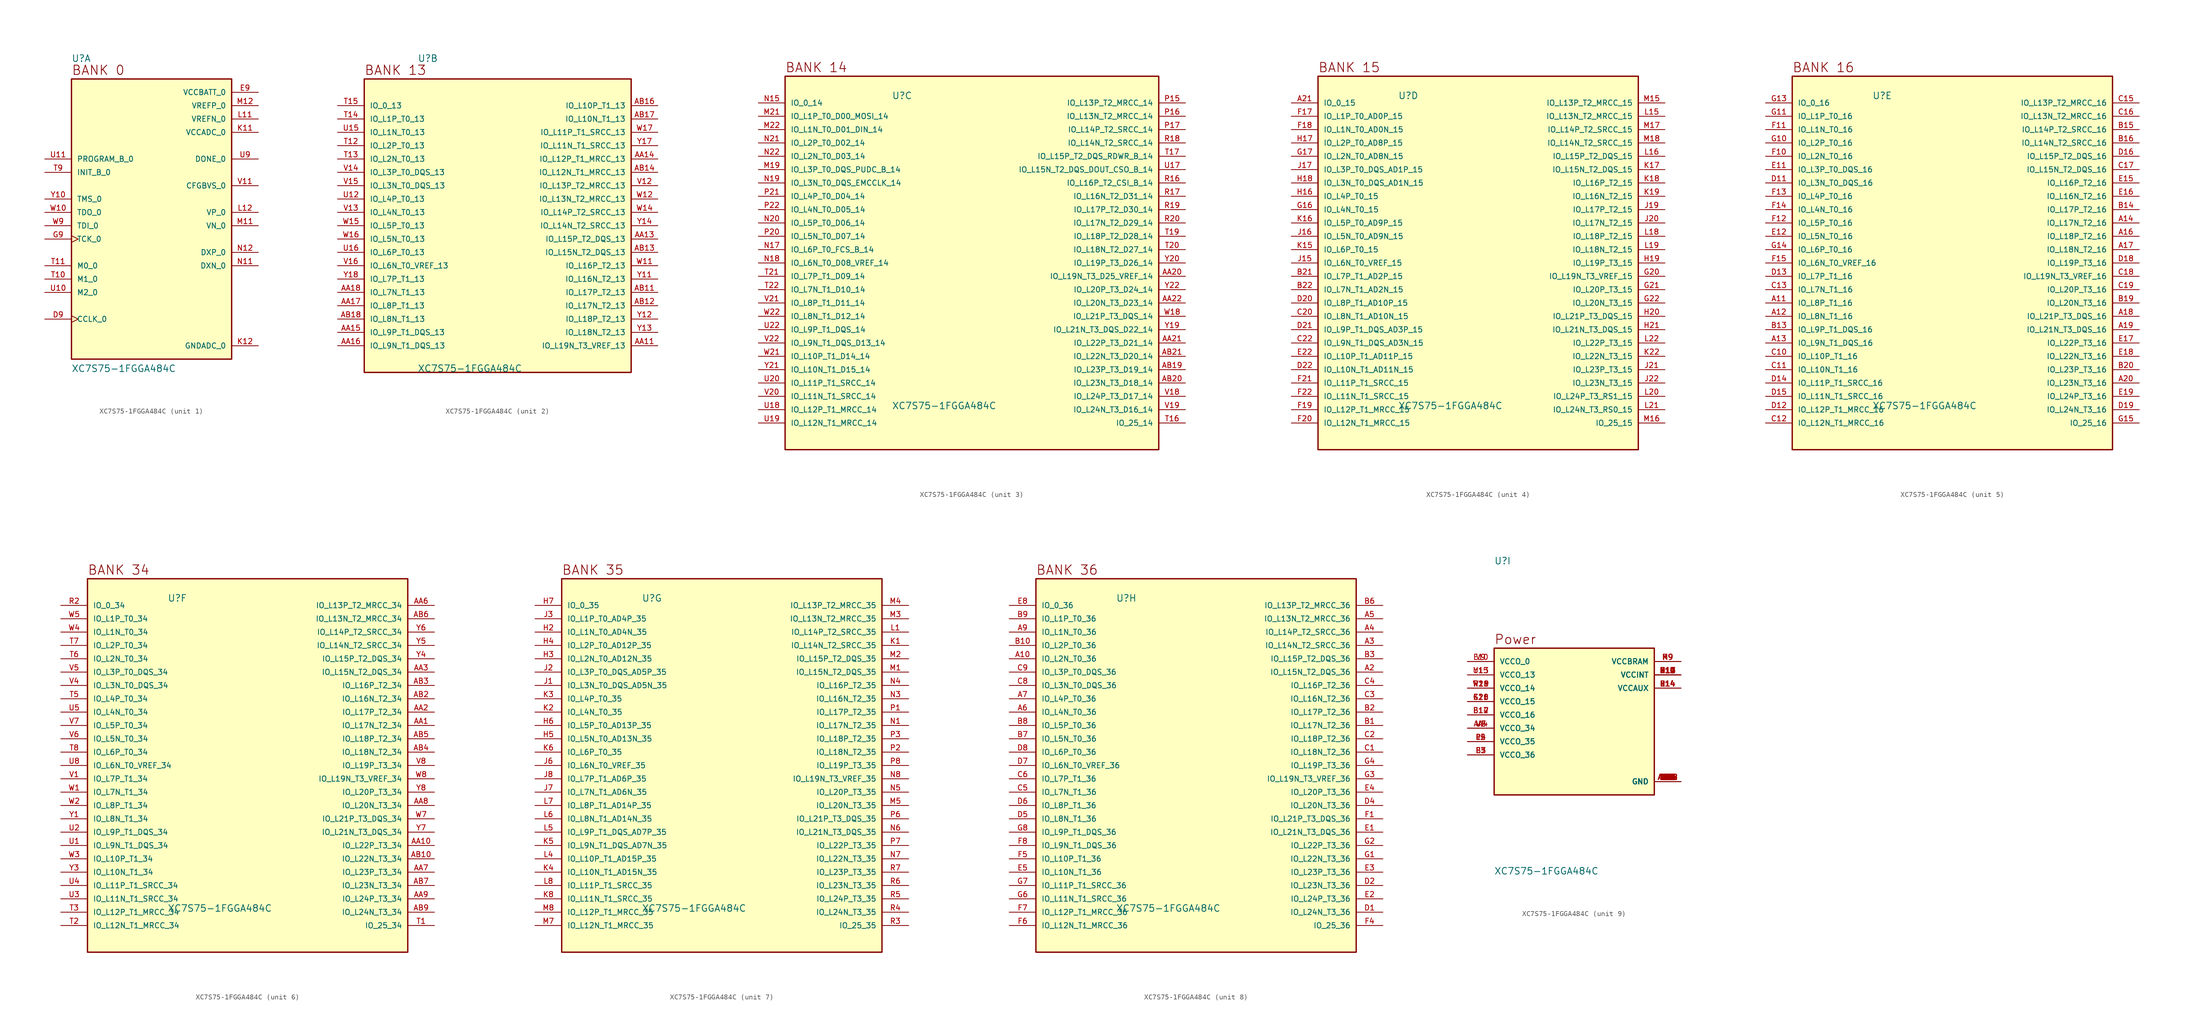
<source format=kicad_sym>
(kicad_symbol_lib
  (version 20211014)
  (generator kicad_symbol_editor)
  (symbol "XC7S75-1FGGA484C"
    (pin_names
      (offset 1.016))
    (property "Reference" "U"
      (at -15.24 31.115 0)
      (effects (font (size 1.27 1.27)) (justify bottom left)))
    (property "Value" "XC7S75-1FGGA484C"
      (at -15.24 -27.94 0)
      (effects (font (size 1.27 1.27)) (justify bottom left)))
    (symbol "XC7S75-1FGGA484C_1_0"
      (text "BANK 0" (at -15.24 28.575 0) (effects (font (size 1.778 1.778)) (justify bottom left)))
      (rectangle (start -15.24 -25.4) (end 15.24 27.94) (stroke (width 0.254)) (fill (type background)))
      (pin output line (at 20.32 12.7 180.0) (length 5.08) (name "DONE_0" (effects (font (size 1.016 1.016)))) (number "U9" (effects (font (size 1.016 1.016)))))
      (pin bidirectional line (at 20.32 -5.08 180.0) (length 5.08) (name "DXP_0" (effects (font (size 1.016 1.016)))) (number "N12" (effects (font (size 1.016 1.016)))))
      (pin power_in line (at 20.32 -22.86 180.0) (length 5.08) (name "GNDADC_0" (effects (font (size 1.016 1.016)))) (number "K12" (effects (font (size 1.016 1.016)))))
      (pin power_in line (at 20.32 17.78 180.0) (length 5.08) (name "VCCADC_0" (effects (font (size 1.016 1.016)))) (number "K11" (effects (font (size 1.016 1.016)))))
      (pin power_in line (at 20.32 22.86 180.0) (length 5.08) (name "VREFP_0" (effects (font (size 1.016 1.016)))) (number "M12" (effects (font (size 1.016 1.016)))))
      (pin bidirectional line (at 20.32 0.0 180.0) (length 5.08) (name "VN_0" (effects (font (size 1.016 1.016)))) (number "M11" (effects (font (size 1.016 1.016)))))
      (pin power_in line (at 20.32 25.4 180.0) (length 5.08) (name "VCCBATT_0" (effects (font (size 1.016 1.016)))) (number "E9" (effects (font (size 1.016 1.016)))))
      (pin input clock (at -20.32 -2.54 0) (length 5.08) (name "TCK_0" (effects (font (size 1.016 1.016)))) (number "G9" (effects (font (size 1.016 1.016)))))
      (pin bidirectional line (at 20.32 -7.62 180.0) (length 5.08) (name "DXN_0" (effects (font (size 1.016 1.016)))) (number "N11" (effects (font (size 1.016 1.016)))))
      (pin power_in line (at 20.32 20.32 180.0) (length 5.08) (name "VREFN_0" (effects (font (size 1.016 1.016)))) (number "L11" (effects (font (size 1.016 1.016)))))
      (pin bidirectional line (at 20.32 2.54 180.0) (length 5.08) (name "VP_0" (effects (font (size 1.016 1.016)))) (number "L12" (effects (font (size 1.016 1.016)))))
      (pin input clock (at -20.32 -17.78 0) (length 5.08) (name "CCLK_0" (effects (font (size 1.016 1.016)))) (number "D9" (effects (font (size 1.016 1.016)))))
      (pin input line (at -20.32 -7.62 0) (length 5.08) (name "M0_0" (effects (font (size 1.016 1.016)))) (number "T11" (effects (font (size 1.016 1.016)))))
      (pin input line (at -20.32 -10.16 0) (length 5.08) (name "M1_0" (effects (font (size 1.016 1.016)))) (number "T10" (effects (font (size 1.016 1.016)))))
      (pin input line (at -20.32 10.16 0) (length 5.08) (name "INIT_B_0" (effects (font (size 1.016 1.016)))) (number "T9" (effects (font (size 1.016 1.016)))))
      (pin input line (at -20.32 0.0 0) (length 5.08) (name "TDI_0" (effects (font (size 1.016 1.016)))) (number "W9" (effects (font (size 1.016 1.016)))))
      (pin output line (at -20.32 2.54 0) (length 5.08) (name "TDO_0" (effects (font (size 1.016 1.016)))) (number "W10" (effects (font (size 1.016 1.016)))))
      (pin input line (at -20.32 -12.7 0) (length 5.08) (name "M2_0" (effects (font (size 1.016 1.016)))) (number "U10" (effects (font (size 1.016 1.016)))))
      (pin bidirectional line (at 20.32 7.62 180.0) (length 5.08) (name "CFGBVS_0" (effects (font (size 1.016 1.016)))) (number "V11" (effects (font (size 1.016 1.016)))))
      (pin input line (at -20.32 12.7 0) (length 5.08) (name "PROGRAM_B_0" (effects (font (size 1.016 1.016)))) (number "U11" (effects (font (size 1.016 1.016)))))
      (pin input line (at -20.32 5.08 0) (length 5.08) (name "TMS_0" (effects (font (size 1.016 1.016)))) (number "Y10" (effects (font (size 1.016 1.016))))))
    (symbol "XC7S75-1FGGA484C_2_0"
      (text "BANK 13" (at -25.4 28.575 0) (effects (font (size 1.778 1.778)) (justify bottom left)))
      (rectangle (start -25.4 -27.94) (end 25.4 27.94) (stroke (width 0.254)) (fill (type background)))
      (pin bidirectional line (at -30.48 22.86 0) (length 5.08) (name "IO_0_13" (effects (font (size 1.016 1.016)))) (number "T15" (effects (font (size 1.016 1.016)))))
      (pin bidirectional line (at -30.48 20.32 0) (length 5.08) (name "IO_L1P_T0_13" (effects (font (size 1.016 1.016)))) (number "T14" (effects (font (size 1.016 1.016)))))
      (pin bidirectional line (at -30.48 17.78 0) (length 5.08) (name "IO_L1N_T0_13" (effects (font (size 1.016 1.016)))) (number "U15" (effects (font (size 1.016 1.016)))))
      (pin bidirectional line (at -30.48 15.24 0) (length 5.08) (name "IO_L2P_T0_13" (effects (font (size 1.016 1.016)))) (number "T12" (effects (font (size 1.016 1.016)))))
      (pin bidirectional line (at -30.48 12.7 0) (length 5.08) (name "IO_L2N_T0_13" (effects (font (size 1.016 1.016)))) (number "T13" (effects (font (size 1.016 1.016)))))
      (pin bidirectional line (at -30.48 10.16 0) (length 5.08) (name "IO_L3P_T0_DQS_13" (effects (font (size 1.016 1.016)))) (number "V14" (effects (font (size 1.016 1.016)))))
      (pin bidirectional line (at -30.48 7.62 0) (length 5.08) (name "IO_L3N_T0_DQS_13" (effects (font (size 1.016 1.016)))) (number "V15" (effects (font (size 1.016 1.016)))))
      (pin bidirectional line (at -30.48 5.08 0) (length 5.08) (name "IO_L4P_T0_13" (effects (font (size 1.016 1.016)))) (number "U12" (effects (font (size 1.016 1.016)))))
      (pin bidirectional line (at -30.48 2.54 0) (length 5.08) (name "IO_L4N_T0_13" (effects (font (size 1.016 1.016)))) (number "V13" (effects (font (size 1.016 1.016)))))
      (pin bidirectional line (at -30.48 0.0 0) (length 5.08) (name "IO_L5P_T0_13" (effects (font (size 1.016 1.016)))) (number "W15" (effects (font (size 1.016 1.016)))))
      (pin bidirectional line (at -30.48 -2.54 0) (length 5.08) (name "IO_L5N_T0_13" (effects (font (size 1.016 1.016)))) (number "W16" (effects (font (size 1.016 1.016)))))
      (pin bidirectional line (at -30.48 -5.08 0) (length 5.08) (name "IO_L6P_T0_13" (effects (font (size 1.016 1.016)))) (number "U16" (effects (font (size 1.016 1.016)))))
      (pin bidirectional line (at -30.48 -7.62 0) (length 5.08) (name "IO_L6N_T0_VREF_13" (effects (font (size 1.016 1.016)))) (number "V16" (effects (font (size 1.016 1.016)))))
      (pin bidirectional line (at -30.48 -10.16 0) (length 5.08) (name "IO_L7P_T1_13" (effects (font (size 1.016 1.016)))) (number "Y18" (effects (font (size 1.016 1.016)))))
      (pin bidirectional line (at -30.48 -12.7 0) (length 5.08) (name "IO_L7N_T1_13" (effects (font (size 1.016 1.016)))) (number "AA18" (effects (font (size 1.016 1.016)))))
      (pin bidirectional line (at -30.48 -15.24 0) (length 5.08) (name "IO_L8P_T1_13" (effects (font (size 1.016 1.016)))) (number "AA17" (effects (font (size 1.016 1.016)))))
      (pin bidirectional line (at -30.48 -17.78 0) (length 5.08) (name "IO_L8N_T1_13" (effects (font (size 1.016 1.016)))) (number "AB18" (effects (font (size 1.016 1.016)))))
      (pin bidirectional line (at -30.48 -20.32 0) (length 5.08) (name "IO_L9P_T1_DQS_13" (effects (font (size 1.016 1.016)))) (number "AA15" (effects (font (size 1.016 1.016)))))
      (pin bidirectional line (at -30.48 -22.86 0) (length 5.08) (name "IO_L9N_T1_DQS_13" (effects (font (size 1.016 1.016)))) (number "AA16" (effects (font (size 1.016 1.016)))))
      (pin bidirectional line (at 30.48 22.86 180.0) (length 5.08) (name "IO_L10P_T1_13" (effects (font (size 1.016 1.016)))) (number "AB16" (effects (font (size 1.016 1.016)))))
      (pin bidirectional line (at 30.48 20.32 180.0) (length 5.08) (name "IO_L10N_T1_13" (effects (font (size 1.016 1.016)))) (number "AB17" (effects (font (size 1.016 1.016)))))
      (pin bidirectional line (at 30.48 17.78 180.0) (length 5.08) (name "IO_L11P_T1_SRCC_13" (effects (font (size 1.016 1.016)))) (number "W17" (effects (font (size 1.016 1.016)))))
      (pin bidirectional line (at 30.48 15.24 180.0) (length 5.08) (name "IO_L11N_T1_SRCC_13" (effects (font (size 1.016 1.016)))) (number "Y17" (effects (font (size 1.016 1.016)))))
      (pin bidirectional line (at 30.48 12.7 180.0) (length 5.08) (name "IO_L12P_T1_MRCC_13" (effects (font (size 1.016 1.016)))) (number "AA14" (effects (font (size 1.016 1.016)))))
      (pin bidirectional line (at 30.48 10.16 180.0) (length 5.08) (name "IO_L12N_T1_MRCC_13" (effects (font (size 1.016 1.016)))) (number "AB14" (effects (font (size 1.016 1.016)))))
      (pin bidirectional line (at 30.48 7.62 180.0) (length 5.08) (name "IO_L13P_T2_MRCC_13" (effects (font (size 1.016 1.016)))) (number "V12" (effects (font (size 1.016 1.016)))))
      (pin bidirectional line (at 30.48 5.08 180.0) (length 5.08) (name "IO_L13N_T2_MRCC_13" (effects (font (size 1.016 1.016)))) (number "W12" (effects (font (size 1.016 1.016)))))
      (pin bidirectional line (at 30.48 2.54 180.0) (length 5.08) (name "IO_L14P_T2_SRCC_13" (effects (font (size 1.016 1.016)))) (number "W14" (effects (font (size 1.016 1.016)))))
      (pin bidirectional line (at 30.48 0.0 180.0) (length 5.08) (name "IO_L14N_T2_SRCC_13" (effects (font (size 1.016 1.016)))) (number "Y14" (effects (font (size 1.016 1.016)))))
      (pin bidirectional line (at 30.48 -2.54 180.0) (length 5.08) (name "IO_L15P_T2_DQS_13" (effects (font (size 1.016 1.016)))) (number "AA13" (effects (font (size 1.016 1.016)))))
      (pin bidirectional line (at 30.48 -5.08 180.0) (length 5.08) (name "IO_L15N_T2_DQS_13" (effects (font (size 1.016 1.016)))) (number "AB13" (effects (font (size 1.016 1.016)))))
      (pin bidirectional line (at 30.48 -7.62 180.0) (length 5.08) (name "IO_L16P_T2_13" (effects (font (size 1.016 1.016)))) (number "W11" (effects (font (size 1.016 1.016)))))
      (pin bidirectional line (at 30.48 -10.16 180.0) (length 5.08) (name "IO_L16N_T2_13" (effects (font (size 1.016 1.016)))) (number "Y11" (effects (font (size 1.016 1.016)))))
      (pin bidirectional line (at 30.48 -12.7 180.0) (length 5.08) (name "IO_L17P_T2_13" (effects (font (size 1.016 1.016)))) (number "AB11" (effects (font (size 1.016 1.016)))))
      (pin bidirectional line (at 30.48 -15.24 180.0) (length 5.08) (name "IO_L17N_T2_13" (effects (font (size 1.016 1.016)))) (number "AB12" (effects (font (size 1.016 1.016)))))
      (pin bidirectional line (at 30.48 -17.78 180.0) (length 5.08) (name "IO_L18P_T2_13" (effects (font (size 1.016 1.016)))) (number "Y12" (effects (font (size 1.016 1.016)))))
      (pin bidirectional line (at 30.48 -20.32 180.0) (length 5.08) (name "IO_L18N_T2_13" (effects (font (size 1.016 1.016)))) (number "Y13" (effects (font (size 1.016 1.016)))))
      (pin bidirectional line (at 30.48 -22.86 180.0) (length 5.08) (name "IO_L19N_T3_VREF_13" (effects (font (size 1.016 1.016)))) (number "AA11" (effects (font (size 1.016 1.016))))))
    (symbol "XC7S75-1FGGA484C_3_0"
      (text "BANK 14" (at -35.56 36.195 0) (effects (font (size 1.778 1.778)) (justify bottom left)))
      (rectangle (start -35.56 -35.56) (end 35.56 35.56) (stroke (width 0.254)) (fill (type background)))
      (pin bidirectional line (at -40.64 30.48 0) (length 5.08) (name "IO_0_14" (effects (font (size 1.016 1.016)))) (number "N15" (effects (font (size 1.016 1.016)))))
      (pin bidirectional line (at -40.64 27.94 0) (length 5.08) (name "IO_L1P_T0_D00_MOSI_14" (effects (font (size 1.016 1.016)))) (number "M21" (effects (font (size 1.016 1.016)))))
      (pin bidirectional line (at -40.64 25.4 0) (length 5.08) (name "IO_L1N_T0_D01_DIN_14" (effects (font (size 1.016 1.016)))) (number "M22" (effects (font (size 1.016 1.016)))))
      (pin bidirectional line (at -40.64 22.86 0) (length 5.08) (name "IO_L2P_T0_D02_14" (effects (font (size 1.016 1.016)))) (number "N21" (effects (font (size 1.016 1.016)))))
      (pin bidirectional line (at -40.64 20.32 0) (length 5.08) (name "IO_L2N_T0_D03_14" (effects (font (size 1.016 1.016)))) (number "N22" (effects (font (size 1.016 1.016)))))
      (pin bidirectional line (at -40.64 17.78 0) (length 5.08) (name "IO_L3P_T0_DQS_PUDC_B_14" (effects (font (size 1.016 1.016)))) (number "M19" (effects (font (size 1.016 1.016)))))
      (pin bidirectional line (at -40.64 15.24 0) (length 5.08) (name "IO_L3N_T0_DQS_EMCCLK_14" (effects (font (size 1.016 1.016)))) (number "N19" (effects (font (size 1.016 1.016)))))
      (pin bidirectional line (at -40.64 12.7 0) (length 5.08) (name "IO_L4P_T0_D04_14" (effects (font (size 1.016 1.016)))) (number "P21" (effects (font (size 1.016 1.016)))))
      (pin bidirectional line (at -40.64 10.16 0) (length 5.08) (name "IO_L4N_T0_D05_14" (effects (font (size 1.016 1.016)))) (number "P22" (effects (font (size 1.016 1.016)))))
      (pin bidirectional line (at -40.64 7.62 0) (length 5.08) (name "IO_L5P_T0_D06_14" (effects (font (size 1.016 1.016)))) (number "N20" (effects (font (size 1.016 1.016)))))
      (pin bidirectional line (at -40.64 5.08 0) (length 5.08) (name "IO_L5N_T0_D07_14" (effects (font (size 1.016 1.016)))) (number "P20" (effects (font (size 1.016 1.016)))))
      (pin bidirectional line (at -40.64 2.54 0) (length 5.08) (name "IO_L6P_T0_FCS_B_14" (effects (font (size 1.016 1.016)))) (number "N17" (effects (font (size 1.016 1.016)))))
      (pin bidirectional line (at -40.64 0.0 0) (length 5.08) (name "IO_L6N_T0_D08_VREF_14" (effects (font (size 1.016 1.016)))) (number "N18" (effects (font (size 1.016 1.016)))))
      (pin bidirectional line (at -40.64 -2.54 0) (length 5.08) (name "IO_L7P_T1_D09_14" (effects (font (size 1.016 1.016)))) (number "T21" (effects (font (size 1.016 1.016)))))
      (pin bidirectional line (at -40.64 -5.08 0) (length 5.08) (name "IO_L7N_T1_D10_14" (effects (font (size 1.016 1.016)))) (number "T22" (effects (font (size 1.016 1.016)))))
      (pin bidirectional line (at -40.64 -7.62 0) (length 5.08) (name "IO_L8P_T1_D11_14" (effects (font (size 1.016 1.016)))) (number "V21" (effects (font (size 1.016 1.016)))))
      (pin bidirectional line (at -40.64 -10.16 0) (length 5.08) (name "IO_L8N_T1_D12_14" (effects (font (size 1.016 1.016)))) (number "W22" (effects (font (size 1.016 1.016)))))
      (pin bidirectional line (at -40.64 -12.7 0) (length 5.08) (name "IO_L9P_T1_DQS_14" (effects (font (size 1.016 1.016)))) (number "U22" (effects (font (size 1.016 1.016)))))
      (pin bidirectional line (at -40.64 -15.24 0) (length 5.08) (name "IO_L9N_T1_DQS_D13_14" (effects (font (size 1.016 1.016)))) (number "V22" (effects (font (size 1.016 1.016)))))
      (pin bidirectional line (at -40.64 -17.78 0) (length 5.08) (name "IO_L10P_T1_D14_14" (effects (font (size 1.016 1.016)))) (number "W21" (effects (font (size 1.016 1.016)))))
      (pin bidirectional line (at -40.64 -20.32 0) (length 5.08) (name "IO_L10N_T1_D15_14" (effects (font (size 1.016 1.016)))) (number "Y21" (effects (font (size 1.016 1.016)))))
      (pin bidirectional line (at -40.64 -22.86 0) (length 5.08) (name "IO_L11P_T1_SRCC_14" (effects (font (size 1.016 1.016)))) (number "U20" (effects (font (size 1.016 1.016)))))
      (pin bidirectional line (at -40.64 -25.4 0) (length 5.08) (name "IO_L11N_T1_SRCC_14" (effects (font (size 1.016 1.016)))) (number "V20" (effects (font (size 1.016 1.016)))))
      (pin bidirectional line (at -40.64 -27.94 0) (length 5.08) (name "IO_L12P_T1_MRCC_14" (effects (font (size 1.016 1.016)))) (number "U18" (effects (font (size 1.016 1.016)))))
      (pin bidirectional line (at -40.64 -30.48 0) (length 5.08) (name "IO_L12N_T1_MRCC_14" (effects (font (size 1.016 1.016)))) (number "U19" (effects (font (size 1.016 1.016)))))
      (pin bidirectional line (at 40.64 30.48 180.0) (length 5.08) (name "IO_L13P_T2_MRCC_14" (effects (font (size 1.016 1.016)))) (number "P15" (effects (font (size 1.016 1.016)))))
      (pin bidirectional line (at 40.64 27.94 180.0) (length 5.08) (name "IO_L13N_T2_MRCC_14" (effects (font (size 1.016 1.016)))) (number "P16" (effects (font (size 1.016 1.016)))))
      (pin bidirectional line (at 40.64 25.4 180.0) (length 5.08) (name "IO_L14P_T2_SRCC_14" (effects (font (size 1.016 1.016)))) (number "P17" (effects (font (size 1.016 1.016)))))
      (pin bidirectional line (at 40.64 22.86 180.0) (length 5.08) (name "IO_L14N_T2_SRCC_14" (effects (font (size 1.016 1.016)))) (number "R18" (effects (font (size 1.016 1.016)))))
      (pin bidirectional line (at 40.64 20.32 180.0) (length 5.08) (name "IO_L15P_T2_DQS_RDWR_B_14" (effects (font (size 1.016 1.016)))) (number "T17" (effects (font (size 1.016 1.016)))))
      (pin bidirectional line (at 40.64 17.78 180.0) (length 5.08) (name "IO_L15N_T2_DQS_DOUT_CSO_B_14" (effects (font (size 1.016 1.016)))) (number "U17" (effects (font (size 1.016 1.016)))))
      (pin bidirectional line (at 40.64 15.24 180.0) (length 5.08) (name "IO_L16P_T2_CSI_B_14" (effects (font (size 1.016 1.016)))) (number "R16" (effects (font (size 1.016 1.016)))))
      (pin bidirectional line (at 40.64 12.7 180.0) (length 5.08) (name "IO_L16N_T2_D31_14" (effects (font (size 1.016 1.016)))) (number "R17" (effects (font (size 1.016 1.016)))))
      (pin bidirectional line (at 40.64 10.16 180.0) (length 5.08) (name "IO_L17P_T2_D30_14" (effects (font (size 1.016 1.016)))) (number "R19" (effects (font (size 1.016 1.016)))))
      (pin bidirectional line (at 40.64 7.62 180.0) (length 5.08) (name "IO_L17N_T2_D29_14" (effects (font (size 1.016 1.016)))) (number "R20" (effects (font (size 1.016 1.016)))))
      (pin bidirectional line (at 40.64 5.08 180.0) (length 5.08) (name "IO_L18P_T2_D28_14" (effects (font (size 1.016 1.016)))) (number "T19" (effects (font (size 1.016 1.016)))))
      (pin bidirectional line (at 40.64 2.54 180.0) (length 5.08) (name "IO_L18N_T2_D27_14" (effects (font (size 1.016 1.016)))) (number "T20" (effects (font (size 1.016 1.016)))))
      (pin bidirectional line (at 40.64 0.0 180.0) (length 5.08) (name "IO_L19P_T3_D26_14" (effects (font (size 1.016 1.016)))) (number "Y20" (effects (font (size 1.016 1.016)))))
      (pin bidirectional line (at 40.64 -2.54 180.0) (length 5.08) (name "IO_L19N_T3_D25_VREF_14" (effects (font (size 1.016 1.016)))) (number "AA20" (effects (font (size 1.016 1.016)))))
      (pin bidirectional line (at 40.64 -5.08 180.0) (length 5.08) (name "IO_L20P_T3_D24_14" (effects (font (size 1.016 1.016)))) (number "Y22" (effects (font (size 1.016 1.016)))))
      (pin bidirectional line (at 40.64 -7.62 180.0) (length 5.08) (name "IO_L20N_T3_D23_14" (effects (font (size 1.016 1.016)))) (number "AA22" (effects (font (size 1.016 1.016)))))
      (pin bidirectional line (at 40.64 -10.16 180.0) (length 5.08) (name "IO_L21P_T3_DQS_14" (effects (font (size 1.016 1.016)))) (number "W18" (effects (font (size 1.016 1.016)))))
      (pin bidirectional line (at 40.64 -12.7 180.0) (length 5.08) (name "IO_L21N_T3_DQS_D22_14" (effects (font (size 1.016 1.016)))) (number "Y19" (effects (font (size 1.016 1.016)))))
      (pin bidirectional line (at 40.64 -15.24 180.0) (length 5.08) (name "IO_L22P_T3_D21_14" (effects (font (size 1.016 1.016)))) (number "AA21" (effects (font (size 1.016 1.016)))))
      (pin bidirectional line (at 40.64 -17.78 180.0) (length 5.08) (name "IO_L22N_T3_D20_14" (effects (font (size 1.016 1.016)))) (number "AB21" (effects (font (size 1.016 1.016)))))
      (pin bidirectional line (at 40.64 -20.32 180.0) (length 5.08) (name "IO_L23P_T3_D19_14" (effects (font (size 1.016 1.016)))) (number "AB19" (effects (font (size 1.016 1.016)))))
      (pin bidirectional line (at 40.64 -22.86 180.0) (length 5.08) (name "IO_L23N_T3_D18_14" (effects (font (size 1.016 1.016)))) (number "AB20" (effects (font (size 1.016 1.016)))))
      (pin bidirectional line (at 40.64 -25.4 180.0) (length 5.08) (name "IO_L24P_T3_D17_14" (effects (font (size 1.016 1.016)))) (number "V18" (effects (font (size 1.016 1.016)))))
      (pin bidirectional line (at 40.64 -27.94 180.0) (length 5.08) (name "IO_L24N_T3_D16_14" (effects (font (size 1.016 1.016)))) (number "V19" (effects (font (size 1.016 1.016)))))
      (pin bidirectional line (at 40.64 -30.48 180.0) (length 5.08) (name "IO_25_14" (effects (font (size 1.016 1.016)))) (number "T16" (effects (font (size 1.016 1.016))))))
    (symbol "XC7S75-1FGGA484C_4_0"
      (text "BANK 15" (at -30.48 36.195 0) (effects (font (size 1.778 1.778)) (justify bottom left)))
      (rectangle (start -30.48 -35.56) (end 30.48 35.56) (stroke (width 0.254)) (fill (type background)))
      (pin bidirectional line (at -35.56 30.48 0) (length 5.08) (name "IO_0_15" (effects (font (size 1.016 1.016)))) (number "A21" (effects (font (size 1.016 1.016)))))
      (pin bidirectional line (at -35.56 27.94 0) (length 5.08) (name "IO_L1P_T0_AD0P_15" (effects (font (size 1.016 1.016)))) (number "F17" (effects (font (size 1.016 1.016)))))
      (pin bidirectional line (at -35.56 25.4 0) (length 5.08) (name "IO_L1N_T0_AD0N_15" (effects (font (size 1.016 1.016)))) (number "F18" (effects (font (size 1.016 1.016)))))
      (pin bidirectional line (at -35.56 22.86 0) (length 5.08) (name "IO_L2P_T0_AD8P_15" (effects (font (size 1.016 1.016)))) (number "H17" (effects (font (size 1.016 1.016)))))
      (pin bidirectional line (at -35.56 20.32 0) (length 5.08) (name "IO_L2N_T0_AD8N_15" (effects (font (size 1.016 1.016)))) (number "G17" (effects (font (size 1.016 1.016)))))
      (pin bidirectional line (at -35.56 17.78 0) (length 5.08) (name "IO_L3P_T0_DQS_AD1P_15" (effects (font (size 1.016 1.016)))) (number "J17" (effects (font (size 1.016 1.016)))))
      (pin bidirectional line (at -35.56 15.24 0) (length 5.08) (name "IO_L3N_T0_DQS_AD1N_15" (effects (font (size 1.016 1.016)))) (number "H18" (effects (font (size 1.016 1.016)))))
      (pin bidirectional line (at -35.56 12.7 0) (length 5.08) (name "IO_L4P_T0_15" (effects (font (size 1.016 1.016)))) (number "H16" (effects (font (size 1.016 1.016)))))
      (pin bidirectional line (at -35.56 10.16 0) (length 5.08) (name "IO_L4N_T0_15" (effects (font (size 1.016 1.016)))) (number "G16" (effects (font (size 1.016 1.016)))))
      (pin bidirectional line (at -35.56 7.62 0) (length 5.08) (name "IO_L5P_T0_AD9P_15" (effects (font (size 1.016 1.016)))) (number "K16" (effects (font (size 1.016 1.016)))))
      (pin bidirectional line (at -35.56 5.08 0) (length 5.08) (name "IO_L5N_T0_AD9N_15" (effects (font (size 1.016 1.016)))) (number "J16" (effects (font (size 1.016 1.016)))))
      (pin bidirectional line (at -35.56 2.54 0) (length 5.08) (name "IO_L6P_T0_15" (effects (font (size 1.016 1.016)))) (number "K15" (effects (font (size 1.016 1.016)))))
      (pin bidirectional line (at -35.56 0.0 0) (length 5.08) (name "IO_L6N_T0_VREF_15" (effects (font (size 1.016 1.016)))) (number "J15" (effects (font (size 1.016 1.016)))))
      (pin bidirectional line (at -35.56 -2.54 0) (length 5.08) (name "IO_L7P_T1_AD2P_15" (effects (font (size 1.016 1.016)))) (number "B21" (effects (font (size 1.016 1.016)))))
      (pin bidirectional line (at -35.56 -5.08 0) (length 5.08) (name "IO_L7N_T1_AD2N_15" (effects (font (size 1.016 1.016)))) (number "B22" (effects (font (size 1.016 1.016)))))
      (pin bidirectional line (at -35.56 -7.62 0) (length 5.08) (name "IO_L8P_T1_AD10P_15" (effects (font (size 1.016 1.016)))) (number "D20" (effects (font (size 1.016 1.016)))))
      (pin bidirectional line (at -35.56 -10.16 0) (length 5.08) (name "IO_L8N_T1_AD10N_15" (effects (font (size 1.016 1.016)))) (number "C20" (effects (font (size 1.016 1.016)))))
      (pin bidirectional line (at -35.56 -12.7 0) (length 5.08) (name "IO_L9P_T1_DQS_AD3P_15" (effects (font (size 1.016 1.016)))) (number "D21" (effects (font (size 1.016 1.016)))))
      (pin bidirectional line (at -35.56 -15.24 0) (length 5.08) (name "IO_L9N_T1_DQS_AD3N_15" (effects (font (size 1.016 1.016)))) (number "C22" (effects (font (size 1.016 1.016)))))
      (pin bidirectional line (at -35.56 -17.78 0) (length 5.08) (name "IO_L10P_T1_AD11P_15" (effects (font (size 1.016 1.016)))) (number "E22" (effects (font (size 1.016 1.016)))))
      (pin bidirectional line (at -35.56 -20.32 0) (length 5.08) (name "IO_L10N_T1_AD11N_15" (effects (font (size 1.016 1.016)))) (number "D22" (effects (font (size 1.016 1.016)))))
      (pin bidirectional line (at -35.56 -22.86 0) (length 5.08) (name "IO_L11P_T1_SRCC_15" (effects (font (size 1.016 1.016)))) (number "F21" (effects (font (size 1.016 1.016)))))
      (pin bidirectional line (at -35.56 -25.4 0) (length 5.08) (name "IO_L11N_T1_SRCC_15" (effects (font (size 1.016 1.016)))) (number "F22" (effects (font (size 1.016 1.016)))))
      (pin bidirectional line (at -35.56 -27.94 0) (length 5.08) (name "IO_L12P_T1_MRCC_15" (effects (font (size 1.016 1.016)))) (number "F19" (effects (font (size 1.016 1.016)))))
      (pin bidirectional line (at -35.56 -30.48 0) (length 5.08) (name "IO_L12N_T1_MRCC_15" (effects (font (size 1.016 1.016)))) (number "F20" (effects (font (size 1.016 1.016)))))
      (pin bidirectional line (at 35.56 30.48 180.0) (length 5.08) (name "IO_L13P_T2_MRCC_15" (effects (font (size 1.016 1.016)))) (number "M15" (effects (font (size 1.016 1.016)))))
      (pin bidirectional line (at 35.56 27.94 180.0) (length 5.08) (name "IO_L13N_T2_MRCC_15" (effects (font (size 1.016 1.016)))) (number "L15" (effects (font (size 1.016 1.016)))))
      (pin bidirectional line (at 35.56 25.4 180.0) (length 5.08) (name "IO_L14P_T2_SRCC_15" (effects (font (size 1.016 1.016)))) (number "M17" (effects (font (size 1.016 1.016)))))
      (pin bidirectional line (at 35.56 22.86 180.0) (length 5.08) (name "IO_L14N_T2_SRCC_15" (effects (font (size 1.016 1.016)))) (number "M18" (effects (font (size 1.016 1.016)))))
      (pin bidirectional line (at 35.56 20.32 180.0) (length 5.08) (name "IO_L15P_T2_DQS_15" (effects (font (size 1.016 1.016)))) (number "L16" (effects (font (size 1.016 1.016)))))
      (pin bidirectional line (at 35.56 17.78 180.0) (length 5.08) (name "IO_L15N_T2_DQS_15" (effects (font (size 1.016 1.016)))) (number "K17" (effects (font (size 1.016 1.016)))))
      (pin bidirectional line (at 35.56 15.24 180.0) (length 5.08) (name "IO_L16P_T2_15" (effects (font (size 1.016 1.016)))) (number "K18" (effects (font (size 1.016 1.016)))))
      (pin bidirectional line (at 35.56 12.7 180.0) (length 5.08) (name "IO_L16N_T2_15" (effects (font (size 1.016 1.016)))) (number "K19" (effects (font (size 1.016 1.016)))))
      (pin bidirectional line (at 35.56 10.16 180.0) (length 5.08) (name "IO_L17P_T2_15" (effects (font (size 1.016 1.016)))) (number "J19" (effects (font (size 1.016 1.016)))))
      (pin bidirectional line (at 35.56 7.62 180.0) (length 5.08) (name "IO_L17N_T2_15" (effects (font (size 1.016 1.016)))) (number "J20" (effects (font (size 1.016 1.016)))))
      (pin bidirectional line (at 35.56 5.08 180.0) (length 5.08) (name "IO_L18P_T2_15" (effects (font (size 1.016 1.016)))) (number "L18" (effects (font (size 1.016 1.016)))))
      (pin bidirectional line (at 35.56 2.54 180.0) (length 5.08) (name "IO_L18N_T2_15" (effects (font (size 1.016 1.016)))) (number "L19" (effects (font (size 1.016 1.016)))))
      (pin bidirectional line (at 35.56 0.0 180.0) (length 5.08) (name "IO_L19P_T3_15" (effects (font (size 1.016 1.016)))) (number "H19" (effects (font (size 1.016 1.016)))))
      (pin bidirectional line (at 35.56 -2.54 180.0) (length 5.08) (name "IO_L19N_T3_VREF_15" (effects (font (size 1.016 1.016)))) (number "G20" (effects (font (size 1.016 1.016)))))
      (pin bidirectional line (at 35.56 -5.08 180.0) (length 5.08) (name "IO_L20P_T3_15" (effects (font (size 1.016 1.016)))) (number "G21" (effects (font (size 1.016 1.016)))))
      (pin bidirectional line (at 35.56 -7.62 180.0) (length 5.08) (name "IO_L20N_T3_15" (effects (font (size 1.016 1.016)))) (number "G22" (effects (font (size 1.016 1.016)))))
      (pin bidirectional line (at 35.56 -10.16 180.0) (length 5.08) (name "IO_L21P_T3_DQS_15" (effects (font (size 1.016 1.016)))) (number "H20" (effects (font (size 1.016 1.016)))))
      (pin bidirectional line (at 35.56 -12.7 180.0) (length 5.08) (name "IO_L21N_T3_DQS_15" (effects (font (size 1.016 1.016)))) (number "H21" (effects (font (size 1.016 1.016)))))
      (pin bidirectional line (at 35.56 -15.24 180.0) (length 5.08) (name "IO_L22P_T3_15" (effects (font (size 1.016 1.016)))) (number "L22" (effects (font (size 1.016 1.016)))))
      (pin bidirectional line (at 35.56 -17.78 180.0) (length 5.08) (name "IO_L22N_T3_15" (effects (font (size 1.016 1.016)))) (number "K22" (effects (font (size 1.016 1.016)))))
      (pin bidirectional line (at 35.56 -20.32 180.0) (length 5.08) (name "IO_L23P_T3_15" (effects (font (size 1.016 1.016)))) (number "J21" (effects (font (size 1.016 1.016)))))
      (pin bidirectional line (at 35.56 -22.86 180.0) (length 5.08) (name "IO_L23N_T3_15" (effects (font (size 1.016 1.016)))) (number "J22" (effects (font (size 1.016 1.016)))))
      (pin bidirectional line (at 35.56 -25.4 180.0) (length 5.08) (name "IO_L24P_T3_RS1_15" (effects (font (size 1.016 1.016)))) (number "L20" (effects (font (size 1.016 1.016)))))
      (pin bidirectional line (at 35.56 -27.94 180.0) (length 5.08) (name "IO_L24N_T3_RS0_15" (effects (font (size 1.016 1.016)))) (number "L21" (effects (font (size 1.016 1.016)))))
      (pin bidirectional line (at 35.56 -30.48 180.0) (length 5.08) (name "IO_25_15" (effects (font (size 1.016 1.016)))) (number "M16" (effects (font (size 1.016 1.016))))))
    (symbol "XC7S75-1FGGA484C_5_0"
      (text "BANK 16" (at -30.48 36.195 0) (effects (font (size 1.778 1.778)) (justify bottom left)))
      (rectangle (start -30.48 -35.56) (end 30.48 35.56) (stroke (width 0.254)) (fill (type background)))
      (pin bidirectional line (at -35.56 30.48 0) (length 5.08) (name "IO_0_16" (effects (font (size 1.016 1.016)))) (number "G13" (effects (font (size 1.016 1.016)))))
      (pin bidirectional line (at -35.56 27.94 0) (length 5.08) (name "IO_L1P_T0_16" (effects (font (size 1.016 1.016)))) (number "G11" (effects (font (size 1.016 1.016)))))
      (pin bidirectional line (at -35.56 25.4 0) (length 5.08) (name "IO_L1N_T0_16" (effects (font (size 1.016 1.016)))) (number "F11" (effects (font (size 1.016 1.016)))))
      (pin bidirectional line (at -35.56 22.86 0) (length 5.08) (name "IO_L2P_T0_16" (effects (font (size 1.016 1.016)))) (number "G10" (effects (font (size 1.016 1.016)))))
      (pin bidirectional line (at -35.56 20.32 0) (length 5.08) (name "IO_L2N_T0_16" (effects (font (size 1.016 1.016)))) (number "F10" (effects (font (size 1.016 1.016)))))
      (pin bidirectional line (at -35.56 17.78 0) (length 5.08) (name "IO_L3P_T0_DQS_16" (effects (font (size 1.016 1.016)))) (number "E11" (effects (font (size 1.016 1.016)))))
      (pin bidirectional line (at -35.56 15.24 0) (length 5.08) (name "IO_L3N_T0_DQS_16" (effects (font (size 1.016 1.016)))) (number "D11" (effects (font (size 1.016 1.016)))))
      (pin bidirectional line (at -35.56 12.7 0) (length 5.08) (name "IO_L4P_T0_16" (effects (font (size 1.016 1.016)))) (number "F13" (effects (font (size 1.016 1.016)))))
      (pin bidirectional line (at -35.56 10.16 0) (length 5.08) (name "IO_L4N_T0_16" (effects (font (size 1.016 1.016)))) (number "F14" (effects (font (size 1.016 1.016)))))
      (pin bidirectional line (at -35.56 7.62 0) (length 5.08) (name "IO_L5P_T0_16" (effects (font (size 1.016 1.016)))) (number "F12" (effects (font (size 1.016 1.016)))))
      (pin bidirectional line (at -35.56 5.08 0) (length 5.08) (name "IO_L5N_T0_16" (effects (font (size 1.016 1.016)))) (number "E12" (effects (font (size 1.016 1.016)))))
      (pin bidirectional line (at -35.56 2.54 0) (length 5.08) (name "IO_L6P_T0_16" (effects (font (size 1.016 1.016)))) (number "G14" (effects (font (size 1.016 1.016)))))
      (pin bidirectional line (at -35.56 0.0 0) (length 5.08) (name "IO_L6N_T0_VREF_16" (effects (font (size 1.016 1.016)))) (number "F15" (effects (font (size 1.016 1.016)))))
      (pin bidirectional line (at -35.56 -2.54 0) (length 5.08) (name "IO_L7P_T1_16" (effects (font (size 1.016 1.016)))) (number "D13" (effects (font (size 1.016 1.016)))))
      (pin bidirectional line (at -35.56 -5.08 0) (length 5.08) (name "IO_L7N_T1_16" (effects (font (size 1.016 1.016)))) (number "C13" (effects (font (size 1.016 1.016)))))
      (pin bidirectional line (at -35.56 -7.62 0) (length 5.08) (name "IO_L8P_T1_16" (effects (font (size 1.016 1.016)))) (number "A11" (effects (font (size 1.016 1.016)))))
      (pin bidirectional line (at -35.56 -10.16 0) (length 5.08) (name "IO_L8N_T1_16" (effects (font (size 1.016 1.016)))) (number "A12" (effects (font (size 1.016 1.016)))))
      (pin bidirectional line (at -35.56 -12.7 0) (length 5.08) (name "IO_L9P_T1_DQS_16" (effects (font (size 1.016 1.016)))) (number "B13" (effects (font (size 1.016 1.016)))))
      (pin bidirectional line (at -35.56 -15.24 0) (length 5.08) (name "IO_L9N_T1_DQS_16" (effects (font (size 1.016 1.016)))) (number "A13" (effects (font (size 1.016 1.016)))))
      (pin bidirectional line (at -35.56 -17.78 0) (length 5.08) (name "IO_L10P_T1_16" (effects (font (size 1.016 1.016)))) (number "C10" (effects (font (size 1.016 1.016)))))
      (pin bidirectional line (at -35.56 -20.32 0) (length 5.08) (name "IO_L10N_T1_16" (effects (font (size 1.016 1.016)))) (number "C11" (effects (font (size 1.016 1.016)))))
      (pin bidirectional line (at -35.56 -22.86 0) (length 5.08) (name "IO_L11P_T1_SRCC_16" (effects (font (size 1.016 1.016)))) (number "D14" (effects (font (size 1.016 1.016)))))
      (pin bidirectional line (at -35.56 -25.4 0) (length 5.08) (name "IO_L11N_T1_SRCC_16" (effects (font (size 1.016 1.016)))) (number "D15" (effects (font (size 1.016 1.016)))))
      (pin bidirectional line (at -35.56 -27.94 0) (length 5.08) (name "IO_L12P_T1_MRCC_16" (effects (font (size 1.016 1.016)))) (number "D12" (effects (font (size 1.016 1.016)))))
      (pin bidirectional line (at -35.56 -30.48 0) (length 5.08) (name "IO_L12N_T1_MRCC_16" (effects (font (size 1.016 1.016)))) (number "C12" (effects (font (size 1.016 1.016)))))
      (pin bidirectional line (at 35.56 30.48 180.0) (length 5.08) (name "IO_L13P_T2_MRCC_16" (effects (font (size 1.016 1.016)))) (number "C15" (effects (font (size 1.016 1.016)))))
      (pin bidirectional line (at 35.56 27.94 180.0) (length 5.08) (name "IO_L13N_T2_MRCC_16" (effects (font (size 1.016 1.016)))) (number "C16" (effects (font (size 1.016 1.016)))))
      (pin bidirectional line (at 35.56 25.4 180.0) (length 5.08) (name "IO_L14P_T2_SRCC_16" (effects (font (size 1.016 1.016)))) (number "B15" (effects (font (size 1.016 1.016)))))
      (pin bidirectional line (at 35.56 22.86 180.0) (length 5.08) (name "IO_L14N_T2_SRCC_16" (effects (font (size 1.016 1.016)))) (number "B16" (effects (font (size 1.016 1.016)))))
      (pin bidirectional line (at 35.56 20.32 180.0) (length 5.08) (name "IO_L15P_T2_DQS_16" (effects (font (size 1.016 1.016)))) (number "D16" (effects (font (size 1.016 1.016)))))
      (pin bidirectional line (at 35.56 17.78 180.0) (length 5.08) (name "IO_L15N_T2_DQS_16" (effects (font (size 1.016 1.016)))) (number "C17" (effects (font (size 1.016 1.016)))))
      (pin bidirectional line (at 35.56 15.24 180.0) (length 5.08) (name "IO_L16P_T2_16" (effects (font (size 1.016 1.016)))) (number "E15" (effects (font (size 1.016 1.016)))))
      (pin bidirectional line (at 35.56 12.7 180.0) (length 5.08) (name "IO_L16N_T2_16" (effects (font (size 1.016 1.016)))) (number "E16" (effects (font (size 1.016 1.016)))))
      (pin bidirectional line (at 35.56 10.16 180.0) (length 5.08) (name "IO_L17P_T2_16" (effects (font (size 1.016 1.016)))) (number "B14" (effects (font (size 1.016 1.016)))))
      (pin bidirectional line (at 35.56 7.62 180.0) (length 5.08) (name "IO_L17N_T2_16" (effects (font (size 1.016 1.016)))) (number "A14" (effects (font (size 1.016 1.016)))))
      (pin bidirectional line (at 35.56 5.08 180.0) (length 5.08) (name "IO_L18P_T2_16" (effects (font (size 1.016 1.016)))) (number "A16" (effects (font (size 1.016 1.016)))))
      (pin bidirectional line (at 35.56 2.54 180.0) (length 5.08) (name "IO_L18N_T2_16" (effects (font (size 1.016 1.016)))) (number "A17" (effects (font (size 1.016 1.016)))))
      (pin bidirectional line (at 35.56 0.0 180.0) (length 5.08) (name "IO_L19P_T3_16" (effects (font (size 1.016 1.016)))) (number "D18" (effects (font (size 1.016 1.016)))))
      (pin bidirectional line (at 35.56 -2.54 180.0) (length 5.08) (name "IO_L19N_T3_VREF_16" (effects (font (size 1.016 1.016)))) (number "C18" (effects (font (size 1.016 1.016)))))
      (pin bidirectional line (at 35.56 -5.08 180.0) (length 5.08) (name "IO_L20P_T3_16" (effects (font (size 1.016 1.016)))) (number "C19" (effects (font (size 1.016 1.016)))))
      (pin bidirectional line (at 35.56 -7.62 180.0) (length 5.08) (name "IO_L20N_T3_16" (effects (font (size 1.016 1.016)))) (number "B19" (effects (font (size 1.016 1.016)))))
      (pin bidirectional line (at 35.56 -10.16 180.0) (length 5.08) (name "IO_L21P_T3_DQS_16" (effects (font (size 1.016 1.016)))) (number "A18" (effects (font (size 1.016 1.016)))))
      (pin bidirectional line (at 35.56 -12.7 180.0) (length 5.08) (name "IO_L21N_T3_DQS_16" (effects (font (size 1.016 1.016)))) (number "A19" (effects (font (size 1.016 1.016)))))
      (pin bidirectional line (at 35.56 -15.24 180.0) (length 5.08) (name "IO_L22P_T3_16" (effects (font (size 1.016 1.016)))) (number "E17" (effects (font (size 1.016 1.016)))))
      (pin bidirectional line (at 35.56 -17.78 180.0) (length 5.08) (name "IO_L22N_T3_16" (effects (font (size 1.016 1.016)))) (number "E18" (effects (font (size 1.016 1.016)))))
      (pin bidirectional line (at 35.56 -20.32 180.0) (length 5.08) (name "IO_L23P_T3_16" (effects (font (size 1.016 1.016)))) (number "B20" (effects (font (size 1.016 1.016)))))
      (pin bidirectional line (at 35.56 -22.86 180.0) (length 5.08) (name "IO_L23N_T3_16" (effects (font (size 1.016 1.016)))) (number "A20" (effects (font (size 1.016 1.016)))))
      (pin bidirectional line (at 35.56 -25.4 180.0) (length 5.08) (name "IO_L24P_T3_16" (effects (font (size 1.016 1.016)))) (number "E19" (effects (font (size 1.016 1.016)))))
      (pin bidirectional line (at 35.56 -27.94 180.0) (length 5.08) (name "IO_L24N_T3_16" (effects (font (size 1.016 1.016)))) (number "D19" (effects (font (size 1.016 1.016)))))
      (pin bidirectional line (at 35.56 -30.48 180.0) (length 5.08) (name "IO_25_16" (effects (font (size 1.016 1.016)))) (number "G15" (effects (font (size 1.016 1.016))))))
    (symbol "XC7S75-1FGGA484C_6_0"
      (text "BANK 34" (at -30.48 36.195 0) (effects (font (size 1.778 1.778)) (justify bottom left)))
      (rectangle (start -30.48 -35.56) (end 30.48 35.56) (stroke (width 0.254)) (fill (type background)))
      (pin bidirectional line (at -35.56 30.48 0) (length 5.08) (name "IO_0_34" (effects (font (size 1.016 1.016)))) (number "R2" (effects (font (size 1.016 1.016)))))
      (pin bidirectional line (at -35.56 27.94 0) (length 5.08) (name "IO_L1P_T0_34" (effects (font (size 1.016 1.016)))) (number "W5" (effects (font (size 1.016 1.016)))))
      (pin bidirectional line (at -35.56 25.4 0) (length 5.08) (name "IO_L1N_T0_34" (effects (font (size 1.016 1.016)))) (number "W4" (effects (font (size 1.016 1.016)))))
      (pin bidirectional line (at -35.56 22.86 0) (length 5.08) (name "IO_L2P_T0_34" (effects (font (size 1.016 1.016)))) (number "T7" (effects (font (size 1.016 1.016)))))
      (pin bidirectional line (at -35.56 20.32 0) (length 5.08) (name "IO_L2N_T0_34" (effects (font (size 1.016 1.016)))) (number "T6" (effects (font (size 1.016 1.016)))))
      (pin bidirectional line (at -35.56 17.78 0) (length 5.08) (name "IO_L3P_T0_DQS_34" (effects (font (size 1.016 1.016)))) (number "V5" (effects (font (size 1.016 1.016)))))
      (pin bidirectional line (at -35.56 15.24 0) (length 5.08) (name "IO_L3N_T0_DQS_34" (effects (font (size 1.016 1.016)))) (number "V4" (effects (font (size 1.016 1.016)))))
      (pin bidirectional line (at -35.56 12.7 0) (length 5.08) (name "IO_L4P_T0_34" (effects (font (size 1.016 1.016)))) (number "T5" (effects (font (size 1.016 1.016)))))
      (pin bidirectional line (at -35.56 10.16 0) (length 5.08) (name "IO_L4N_T0_34" (effects (font (size 1.016 1.016)))) (number "U5" (effects (font (size 1.016 1.016)))))
      (pin bidirectional line (at -35.56 7.62 0) (length 5.08) (name "IO_L5P_T0_34" (effects (font (size 1.016 1.016)))) (number "V7" (effects (font (size 1.016 1.016)))))
      (pin bidirectional line (at -35.56 5.08 0) (length 5.08) (name "IO_L5N_T0_34" (effects (font (size 1.016 1.016)))) (number "V6" (effects (font (size 1.016 1.016)))))
      (pin bidirectional line (at -35.56 2.54 0) (length 5.08) (name "IO_L6P_T0_34" (effects (font (size 1.016 1.016)))) (number "T8" (effects (font (size 1.016 1.016)))))
      (pin bidirectional line (at -35.56 0.0 0) (length 5.08) (name "IO_L6N_T0_VREF_34" (effects (font (size 1.016 1.016)))) (number "U8" (effects (font (size 1.016 1.016)))))
      (pin bidirectional line (at -35.56 -2.54 0) (length 5.08) (name "IO_L7P_T1_34" (effects (font (size 1.016 1.016)))) (number "V1" (effects (font (size 1.016 1.016)))))
      (pin bidirectional line (at -35.56 -5.08 0) (length 5.08) (name "IO_L7N_T1_34" (effects (font (size 1.016 1.016)))) (number "W1" (effects (font (size 1.016 1.016)))))
      (pin bidirectional line (at -35.56 -7.62 0) (length 5.08) (name "IO_L8P_T1_34" (effects (font (size 1.016 1.016)))) (number "W2" (effects (font (size 1.016 1.016)))))
      (pin bidirectional line (at -35.56 -10.16 0) (length 5.08) (name "IO_L8N_T1_34" (effects (font (size 1.016 1.016)))) (number "Y1" (effects (font (size 1.016 1.016)))))
      (pin bidirectional line (at -35.56 -12.7 0) (length 5.08) (name "IO_L9P_T1_DQS_34" (effects (font (size 1.016 1.016)))) (number "U2" (effects (font (size 1.016 1.016)))))
      (pin bidirectional line (at -35.56 -15.24 0) (length 5.08) (name "IO_L9N_T1_DQS_34" (effects (font (size 1.016 1.016)))) (number "U1" (effects (font (size 1.016 1.016)))))
      (pin bidirectional line (at -35.56 -17.78 0) (length 5.08) (name "IO_L10P_T1_34" (effects (font (size 1.016 1.016)))) (number "W3" (effects (font (size 1.016 1.016)))))
      (pin bidirectional line (at -35.56 -20.32 0) (length 5.08) (name "IO_L10N_T1_34" (effects (font (size 1.016 1.016)))) (number "Y3" (effects (font (size 1.016 1.016)))))
      (pin bidirectional line (at -35.56 -22.86 0) (length 5.08) (name "IO_L11P_T1_SRCC_34" (effects (font (size 1.016 1.016)))) (number "U4" (effects (font (size 1.016 1.016)))))
      (pin bidirectional line (at -35.56 -25.4 0) (length 5.08) (name "IO_L11N_T1_SRCC_34" (effects (font (size 1.016 1.016)))) (number "U3" (effects (font (size 1.016 1.016)))))
      (pin bidirectional line (at -35.56 -27.94 0) (length 5.08) (name "IO_L12P_T1_MRCC_34" (effects (font (size 1.016 1.016)))) (number "T3" (effects (font (size 1.016 1.016)))))
      (pin bidirectional line (at -35.56 -30.48 0) (length 5.08) (name "IO_L12N_T1_MRCC_34" (effects (font (size 1.016 1.016)))) (number "T2" (effects (font (size 1.016 1.016)))))
      (pin bidirectional line (at 35.56 30.48 180.0) (length 5.08) (name "IO_L13P_T2_MRCC_34" (effects (font (size 1.016 1.016)))) (number "AA6" (effects (font (size 1.016 1.016)))))
      (pin bidirectional line (at 35.56 27.94 180.0) (length 5.08) (name "IO_L13N_T2_MRCC_34" (effects (font (size 1.016 1.016)))) (number "AB6" (effects (font (size 1.016 1.016)))))
      (pin bidirectional line (at 35.56 25.4 180.0) (length 5.08) (name "IO_L14P_T2_SRCC_34" (effects (font (size 1.016 1.016)))) (number "Y6" (effects (font (size 1.016 1.016)))))
      (pin bidirectional line (at 35.56 22.86 180.0) (length 5.08) (name "IO_L14N_T2_SRCC_34" (effects (font (size 1.016 1.016)))) (number "Y5" (effects (font (size 1.016 1.016)))))
      (pin bidirectional line (at 35.56 20.32 180.0) (length 5.08) (name "IO_L15P_T2_DQS_34" (effects (font (size 1.016 1.016)))) (number "Y4" (effects (font (size 1.016 1.016)))))
      (pin bidirectional line (at 35.56 17.78 180.0) (length 5.08) (name "IO_L15N_T2_DQS_34" (effects (font (size 1.016 1.016)))) (number "AA3" (effects (font (size 1.016 1.016)))))
      (pin bidirectional line (at 35.56 15.24 180.0) (length 5.08) (name "IO_L16P_T2_34" (effects (font (size 1.016 1.016)))) (number "AB3" (effects (font (size 1.016 1.016)))))
      (pin bidirectional line (at 35.56 12.7 180.0) (length 5.08) (name "IO_L16N_T2_34" (effects (font (size 1.016 1.016)))) (number "AB2" (effects (font (size 1.016 1.016)))))
      (pin bidirectional line (at 35.56 10.16 180.0) (length 5.08) (name "IO_L17P_T2_34" (effects (font (size 1.016 1.016)))) (number "AA2" (effects (font (size 1.016 1.016)))))
      (pin bidirectional line (at 35.56 7.62 180.0) (length 5.08) (name "IO_L17N_T2_34" (effects (font (size 1.016 1.016)))) (number "AA1" (effects (font (size 1.016 1.016)))))
      (pin bidirectional line (at 35.56 5.08 180.0) (length 5.08) (name "IO_L18P_T2_34" (effects (font (size 1.016 1.016)))) (number "AB5" (effects (font (size 1.016 1.016)))))
      (pin bidirectional line (at 35.56 2.54 180.0) (length 5.08) (name "IO_L18N_T2_34" (effects (font (size 1.016 1.016)))) (number "AB4" (effects (font (size 1.016 1.016)))))
      (pin bidirectional line (at 35.56 0.0 180.0) (length 5.08) (name "IO_L19P_T3_34" (effects (font (size 1.016 1.016)))) (number "V8" (effects (font (size 1.016 1.016)))))
      (pin bidirectional line (at 35.56 -2.54 180.0) (length 5.08) (name "IO_L19N_T3_VREF_34" (effects (font (size 1.016 1.016)))) (number "W8" (effects (font (size 1.016 1.016)))))
      (pin bidirectional line (at 35.56 -5.08 180.0) (length 5.08) (name "IO_L20P_T3_34" (effects (font (size 1.016 1.016)))) (number "Y8" (effects (font (size 1.016 1.016)))))
      (pin bidirectional line (at 35.56 -7.62 180.0) (length 5.08) (name "IO_L20N_T3_34" (effects (font (size 1.016 1.016)))) (number "AA8" (effects (font (size 1.016 1.016)))))
      (pin bidirectional line (at 35.56 -10.16 180.0) (length 5.08) (name "IO_L21P_T3_DQS_34" (effects (font (size 1.016 1.016)))) (number "W7" (effects (font (size 1.016 1.016)))))
      (pin bidirectional line (at 35.56 -12.7 180.0) (length 5.08) (name "IO_L21N_T3_DQS_34" (effects (font (size 1.016 1.016)))) (number "Y7" (effects (font (size 1.016 1.016)))))
      (pin bidirectional line (at 35.56 -15.24 180.0) (length 5.08) (name "IO_L22P_T3_34" (effects (font (size 1.016 1.016)))) (number "AA10" (effects (font (size 1.016 1.016)))))
      (pin bidirectional line (at 35.56 -17.78 180.0) (length 5.08) (name "IO_L22N_T3_34" (effects (font (size 1.016 1.016)))) (number "AB10" (effects (font (size 1.016 1.016)))))
      (pin bidirectional line (at 35.56 -20.32 180.0) (length 5.08) (name "IO_L23P_T3_34" (effects (font (size 1.016 1.016)))) (number "AA7" (effects (font (size 1.016 1.016)))))
      (pin bidirectional line (at 35.56 -22.86 180.0) (length 5.08) (name "IO_L23N_T3_34" (effects (font (size 1.016 1.016)))) (number "AB7" (effects (font (size 1.016 1.016)))))
      (pin bidirectional line (at 35.56 -25.4 180.0) (length 5.08) (name "IO_L24P_T3_34" (effects (font (size 1.016 1.016)))) (number "AA9" (effects (font (size 1.016 1.016)))))
      (pin bidirectional line (at 35.56 -27.94 180.0) (length 5.08) (name "IO_L24N_T3_34" (effects (font (size 1.016 1.016)))) (number "AB9" (effects (font (size 1.016 1.016)))))
      (pin bidirectional line (at 35.56 -30.48 180.0) (length 5.08) (name "IO_25_34" (effects (font (size 1.016 1.016)))) (number "T1" (effects (font (size 1.016 1.016))))))
    (symbol "XC7S75-1FGGA484C_7_0"
      (text "BANK 35" (at -30.48 36.195 0) (effects (font (size 1.778 1.778)) (justify bottom left)))
      (rectangle (start -30.48 -35.56) (end 30.48 35.56) (stroke (width 0.254)) (fill (type background)))
      (pin bidirectional line (at -35.56 30.48 0) (length 5.08) (name "IO_0_35" (effects (font (size 1.016 1.016)))) (number "H7" (effects (font (size 1.016 1.016)))))
      (pin bidirectional line (at -35.56 27.94 0) (length 5.08) (name "IO_L1P_T0_AD4P_35" (effects (font (size 1.016 1.016)))) (number "J3" (effects (font (size 1.016 1.016)))))
      (pin bidirectional line (at -35.56 25.4 0) (length 5.08) (name "IO_L1N_T0_AD4N_35" (effects (font (size 1.016 1.016)))) (number "H2" (effects (font (size 1.016 1.016)))))
      (pin bidirectional line (at -35.56 22.86 0) (length 5.08) (name "IO_L2P_T0_AD12P_35" (effects (font (size 1.016 1.016)))) (number "H4" (effects (font (size 1.016 1.016)))))
      (pin bidirectional line (at -35.56 20.32 0) (length 5.08) (name "IO_L2N_T0_AD12N_35" (effects (font (size 1.016 1.016)))) (number "H3" (effects (font (size 1.016 1.016)))))
      (pin bidirectional line (at -35.56 17.78 0) (length 5.08) (name "IO_L3P_T0_DQS_AD5P_35" (effects (font (size 1.016 1.016)))) (number "J2" (effects (font (size 1.016 1.016)))))
      (pin bidirectional line (at -35.56 15.24 0) (length 5.08) (name "IO_L3N_T0_DQS_AD5N_35" (effects (font (size 1.016 1.016)))) (number "J1" (effects (font (size 1.016 1.016)))))
      (pin bidirectional line (at -35.56 12.7 0) (length 5.08) (name "IO_L4P_T0_35" (effects (font (size 1.016 1.016)))) (number "K3" (effects (font (size 1.016 1.016)))))
      (pin bidirectional line (at -35.56 10.16 0) (length 5.08) (name "IO_L4N_T0_35" (effects (font (size 1.016 1.016)))) (number "K2" (effects (font (size 1.016 1.016)))))
      (pin bidirectional line (at -35.56 7.62 0) (length 5.08) (name "IO_L5P_T0_AD13P_35" (effects (font (size 1.016 1.016)))) (number "H6" (effects (font (size 1.016 1.016)))))
      (pin bidirectional line (at -35.56 5.08 0) (length 5.08) (name "IO_L5N_T0_AD13N_35" (effects (font (size 1.016 1.016)))) (number "H5" (effects (font (size 1.016 1.016)))))
      (pin bidirectional line (at -35.56 2.54 0) (length 5.08) (name "IO_L6P_T0_35" (effects (font (size 1.016 1.016)))) (number "K6" (effects (font (size 1.016 1.016)))))
      (pin bidirectional line (at -35.56 0.0 0) (length 5.08) (name "IO_L6N_T0_VREF_35" (effects (font (size 1.016 1.016)))) (number "J6" (effects (font (size 1.016 1.016)))))
      (pin bidirectional line (at -35.56 -2.54 0) (length 5.08) (name "IO_L7P_T1_AD6P_35" (effects (font (size 1.016 1.016)))) (number "J8" (effects (font (size 1.016 1.016)))))
      (pin bidirectional line (at -35.56 -5.08 0) (length 5.08) (name "IO_L7N_T1_AD6N_35" (effects (font (size 1.016 1.016)))) (number "J7" (effects (font (size 1.016 1.016)))))
      (pin bidirectional line (at -35.56 -7.62 0) (length 5.08) (name "IO_L8P_T1_AD14P_35" (effects (font (size 1.016 1.016)))) (number "L7" (effects (font (size 1.016 1.016)))))
      (pin bidirectional line (at -35.56 -10.16 0) (length 5.08) (name "IO_L8N_T1_AD14N_35" (effects (font (size 1.016 1.016)))) (number "L6" (effects (font (size 1.016 1.016)))))
      (pin bidirectional line (at -35.56 -12.7 0) (length 5.08) (name "IO_L9P_T1_DQS_AD7P_35" (effects (font (size 1.016 1.016)))) (number "L5" (effects (font (size 1.016 1.016)))))
      (pin bidirectional line (at -35.56 -15.24 0) (length 5.08) (name "IO_L9N_T1_DQS_AD7N_35" (effects (font (size 1.016 1.016)))) (number "K5" (effects (font (size 1.016 1.016)))))
      (pin bidirectional line (at -35.56 -17.78 0) (length 5.08) (name "IO_L10P_T1_AD15P_35" (effects (font (size 1.016 1.016)))) (number "L4" (effects (font (size 1.016 1.016)))))
      (pin bidirectional line (at -35.56 -20.32 0) (length 5.08) (name "IO_L10N_T1_AD15N_35" (effects (font (size 1.016 1.016)))) (number "K4" (effects (font (size 1.016 1.016)))))
      (pin bidirectional line (at -35.56 -22.86 0) (length 5.08) (name "IO_L11P_T1_SRCC_35" (effects (font (size 1.016 1.016)))) (number "L8" (effects (font (size 1.016 1.016)))))
      (pin bidirectional line (at -35.56 -25.4 0) (length 5.08) (name "IO_L11N_T1_SRCC_35" (effects (font (size 1.016 1.016)))) (number "K8" (effects (font (size 1.016 1.016)))))
      (pin bidirectional line (at -35.56 -27.94 0) (length 5.08) (name "IO_L12P_T1_MRCC_35" (effects (font (size 1.016 1.016)))) (number "M8" (effects (font (size 1.016 1.016)))))
      (pin bidirectional line (at -35.56 -30.48 0) (length 5.08) (name "IO_L12N_T1_MRCC_35" (effects (font (size 1.016 1.016)))) (number "M7" (effects (font (size 1.016 1.016)))))
      (pin bidirectional line (at 35.56 30.48 180.0) (length 5.08) (name "IO_L13P_T2_MRCC_35" (effects (font (size 1.016 1.016)))) (number "M4" (effects (font (size 1.016 1.016)))))
      (pin bidirectional line (at 35.56 27.94 180.0) (length 5.08) (name "IO_L13N_T2_MRCC_35" (effects (font (size 1.016 1.016)))) (number "M3" (effects (font (size 1.016 1.016)))))
      (pin bidirectional line (at 35.56 25.4 180.0) (length 5.08) (name "IO_L14P_T2_SRCC_35" (effects (font (size 1.016 1.016)))) (number "L1" (effects (font (size 1.016 1.016)))))
      (pin bidirectional line (at 35.56 22.86 180.0) (length 5.08) (name "IO_L14N_T2_SRCC_35" (effects (font (size 1.016 1.016)))) (number "K1" (effects (font (size 1.016 1.016)))))
      (pin bidirectional line (at 35.56 20.32 180.0) (length 5.08) (name "IO_L15P_T2_DQS_35" (effects (font (size 1.016 1.016)))) (number "M2" (effects (font (size 1.016 1.016)))))
      (pin bidirectional line (at 35.56 17.78 180.0) (length 5.08) (name "IO_L15N_T2_DQS_35" (effects (font (size 1.016 1.016)))) (number "M1" (effects (font (size 1.016 1.016)))))
      (pin bidirectional line (at 35.56 15.24 180.0) (length 5.08) (name "IO_L16P_T2_35" (effects (font (size 1.016 1.016)))) (number "N4" (effects (font (size 1.016 1.016)))))
      (pin bidirectional line (at 35.56 12.7 180.0) (length 5.08) (name "IO_L16N_T2_35" (effects (font (size 1.016 1.016)))) (number "N3" (effects (font (size 1.016 1.016)))))
      (pin bidirectional line (at 35.56 10.16 180.0) (length 5.08) (name "IO_L17P_T2_35" (effects (font (size 1.016 1.016)))) (number "P1" (effects (font (size 1.016 1.016)))))
      (pin bidirectional line (at 35.56 7.62 180.0) (length 5.08) (name "IO_L17N_T2_35" (effects (font (size 1.016 1.016)))) (number "N1" (effects (font (size 1.016 1.016)))))
      (pin bidirectional line (at 35.56 5.08 180.0) (length 5.08) (name "IO_L18P_T2_35" (effects (font (size 1.016 1.016)))) (number "P3" (effects (font (size 1.016 1.016)))))
      (pin bidirectional line (at 35.56 2.54 180.0) (length 5.08) (name "IO_L18N_T2_35" (effects (font (size 1.016 1.016)))) (number "P2" (effects (font (size 1.016 1.016)))))
      (pin bidirectional line (at 35.56 0.0 180.0) (length 5.08) (name "IO_L19P_T3_35" (effects (font (size 1.016 1.016)))) (number "P8" (effects (font (size 1.016 1.016)))))
      (pin bidirectional line (at 35.56 -2.54 180.0) (length 5.08) (name "IO_L19N_T3_VREF_35" (effects (font (size 1.016 1.016)))) (number "N8" (effects (font (size 1.016 1.016)))))
      (pin bidirectional line (at 35.56 -5.08 180.0) (length 5.08) (name "IO_L20P_T3_35" (effects (font (size 1.016 1.016)))) (number "N5" (effects (font (size 1.016 1.016)))))
      (pin bidirectional line (at 35.56 -7.62 180.0) (length 5.08) (name "IO_L20N_T3_35" (effects (font (size 1.016 1.016)))) (number "M5" (effects (font (size 1.016 1.016)))))
      (pin bidirectional line (at 35.56 -10.16 180.0) (length 5.08) (name "IO_L21P_T3_DQS_35" (effects (font (size 1.016 1.016)))) (number "P6" (effects (font (size 1.016 1.016)))))
      (pin bidirectional line (at 35.56 -12.7 180.0) (length 5.08) (name "IO_L21N_T3_DQS_35" (effects (font (size 1.016 1.016)))) (number "N6" (effects (font (size 1.016 1.016)))))
      (pin bidirectional line (at 35.56 -15.24 180.0) (length 5.08) (name "IO_L22P_T3_35" (effects (font (size 1.016 1.016)))) (number "P7" (effects (font (size 1.016 1.016)))))
      (pin bidirectional line (at 35.56 -17.78 180.0) (length 5.08) (name "IO_L22N_T3_35" (effects (font (size 1.016 1.016)))) (number "N7" (effects (font (size 1.016 1.016)))))
      (pin bidirectional line (at 35.56 -20.32 180.0) (length 5.08) (name "IO_L23P_T3_35" (effects (font (size 1.016 1.016)))) (number "R7" (effects (font (size 1.016 1.016)))))
      (pin bidirectional line (at 35.56 -22.86 180.0) (length 5.08) (name "IO_L23N_T3_35" (effects (font (size 1.016 1.016)))) (number "R6" (effects (font (size 1.016 1.016)))))
      (pin bidirectional line (at 35.56 -25.4 180.0) (length 5.08) (name "IO_L24P_T3_35" (effects (font (size 1.016 1.016)))) (number "R5" (effects (font (size 1.016 1.016)))))
      (pin bidirectional line (at 35.56 -27.94 180.0) (length 5.08) (name "IO_L24N_T3_35" (effects (font (size 1.016 1.016)))) (number "R4" (effects (font (size 1.016 1.016)))))
      (pin bidirectional line (at 35.56 -30.48 180.0) (length 5.08) (name "IO_25_35" (effects (font (size 1.016 1.016)))) (number "R3" (effects (font (size 1.016 1.016))))))
    (symbol "XC7S75-1FGGA484C_8_0"
      (text "BANK 36" (at -30.48 36.195 0) (effects (font (size 1.778 1.778)) (justify bottom left)))
      (rectangle (start -30.48 -35.56) (end 30.48 35.56) (stroke (width 0.254)) (fill (type background)))
      (pin bidirectional line (at -35.56 30.48 0) (length 5.08) (name "IO_0_36" (effects (font (size 1.016 1.016)))) (number "E8" (effects (font (size 1.016 1.016)))))
      (pin bidirectional line (at -35.56 27.94 0) (length 5.08) (name "IO_L1P_T0_36" (effects (font (size 1.016 1.016)))) (number "B9" (effects (font (size 1.016 1.016)))))
      (pin bidirectional line (at -35.56 25.4 0) (length 5.08) (name "IO_L1N_T0_36" (effects (font (size 1.016 1.016)))) (number "A9" (effects (font (size 1.016 1.016)))))
      (pin bidirectional line (at -35.56 22.86 0) (length 5.08) (name "IO_L2P_T0_36" (effects (font (size 1.016 1.016)))) (number "B10" (effects (font (size 1.016 1.016)))))
      (pin bidirectional line (at -35.56 20.32 0) (length 5.08) (name "IO_L2N_T0_36" (effects (font (size 1.016 1.016)))) (number "A10" (effects (font (size 1.016 1.016)))))
      (pin bidirectional line (at -35.56 17.78 0) (length 5.08) (name "IO_L3P_T0_DQS_36" (effects (font (size 1.016 1.016)))) (number "C9" (effects (font (size 1.016 1.016)))))
      (pin bidirectional line (at -35.56 15.24 0) (length 5.08) (name "IO_L3N_T0_DQS_36" (effects (font (size 1.016 1.016)))) (number "C8" (effects (font (size 1.016 1.016)))))
      (pin bidirectional line (at -35.56 12.7 0) (length 5.08) (name "IO_L4P_T0_36" (effects (font (size 1.016 1.016)))) (number "A7" (effects (font (size 1.016 1.016)))))
      (pin bidirectional line (at -35.56 10.16 0) (length 5.08) (name "IO_L4N_T0_36" (effects (font (size 1.016 1.016)))) (number "A6" (effects (font (size 1.016 1.016)))))
      (pin bidirectional line (at -35.56 7.62 0) (length 5.08) (name "IO_L5P_T0_36" (effects (font (size 1.016 1.016)))) (number "B8" (effects (font (size 1.016 1.016)))))
      (pin bidirectional line (at -35.56 5.08 0) (length 5.08) (name "IO_L5N_T0_36" (effects (font (size 1.016 1.016)))) (number "B7" (effects (font (size 1.016 1.016)))))
      (pin bidirectional line (at -35.56 2.54 0) (length 5.08) (name "IO_L6P_T0_36" (effects (font (size 1.016 1.016)))) (number "D8" (effects (font (size 1.016 1.016)))))
      (pin bidirectional line (at -35.56 0.0 0) (length 5.08) (name "IO_L6N_T0_VREF_36" (effects (font (size 1.016 1.016)))) (number "D7" (effects (font (size 1.016 1.016)))))
      (pin bidirectional line (at -35.56 -2.54 0) (length 5.08) (name "IO_L7P_T1_36" (effects (font (size 1.016 1.016)))) (number "C6" (effects (font (size 1.016 1.016)))))
      (pin bidirectional line (at -35.56 -5.08 0) (length 5.08) (name "IO_L7N_T1_36" (effects (font (size 1.016 1.016)))) (number "C5" (effects (font (size 1.016 1.016)))))
      (pin bidirectional line (at -35.56 -7.62 0) (length 5.08) (name "IO_L8P_T1_36" (effects (font (size 1.016 1.016)))) (number "D6" (effects (font (size 1.016 1.016)))))
      (pin bidirectional line (at -35.56 -10.16 0) (length 5.08) (name "IO_L8N_T1_36" (effects (font (size 1.016 1.016)))) (number "D5" (effects (font (size 1.016 1.016)))))
      (pin bidirectional line (at -35.56 -12.7 0) (length 5.08) (name "IO_L9P_T1_DQS_36" (effects (font (size 1.016 1.016)))) (number "G8" (effects (font (size 1.016 1.016)))))
      (pin bidirectional line (at -35.56 -15.24 0) (length 5.08) (name "IO_L9N_T1_DQS_36" (effects (font (size 1.016 1.016)))) (number "F8" (effects (font (size 1.016 1.016)))))
      (pin bidirectional line (at -35.56 -17.78 0) (length 5.08) (name "IO_L10P_T1_36" (effects (font (size 1.016 1.016)))) (number "F5" (effects (font (size 1.016 1.016)))))
      (pin bidirectional line (at -35.56 -20.32 0) (length 5.08) (name "IO_L10N_T1_36" (effects (font (size 1.016 1.016)))) (number "E5" (effects (font (size 1.016 1.016)))))
      (pin bidirectional line (at -35.56 -22.86 0) (length 5.08) (name "IO_L11P_T1_SRCC_36" (effects (font (size 1.016 1.016)))) (number "G7" (effects (font (size 1.016 1.016)))))
      (pin bidirectional line (at -35.56 -25.4 0) (length 5.08) (name "IO_L11N_T1_SRCC_36" (effects (font (size 1.016 1.016)))) (number "G6" (effects (font (size 1.016 1.016)))))
      (pin bidirectional line (at -35.56 -27.94 0) (length 5.08) (name "IO_L12P_T1_MRCC_36" (effects (font (size 1.016 1.016)))) (number "F7" (effects (font (size 1.016 1.016)))))
      (pin bidirectional line (at -35.56 -30.48 0) (length 5.08) (name "IO_L12N_T1_MRCC_36" (effects (font (size 1.016 1.016)))) (number "F6" (effects (font (size 1.016 1.016)))))
      (pin bidirectional line (at 35.56 30.48 180.0) (length 5.08) (name "IO_L13P_T2_MRCC_36" (effects (font (size 1.016 1.016)))) (number "B6" (effects (font (size 1.016 1.016)))))
      (pin bidirectional line (at 35.56 27.94 180.0) (length 5.08) (name "IO_L13N_T2_MRCC_36" (effects (font (size 1.016 1.016)))) (number "A5" (effects (font (size 1.016 1.016)))))
      (pin bidirectional line (at 35.56 25.4 180.0) (length 5.08) (name "IO_L14P_T2_SRCC_36" (effects (font (size 1.016 1.016)))) (number "A4" (effects (font (size 1.016 1.016)))))
      (pin bidirectional line (at 35.56 22.86 180.0) (length 5.08) (name "IO_L14N_T2_SRCC_36" (effects (font (size 1.016 1.016)))) (number "A3" (effects (font (size 1.016 1.016)))))
      (pin bidirectional line (at 35.56 20.32 180.0) (length 5.08) (name "IO_L15P_T2_DQS_36" (effects (font (size 1.016 1.016)))) (number "B3" (effects (font (size 1.016 1.016)))))
      (pin bidirectional line (at 35.56 17.78 180.0) (length 5.08) (name "IO_L15N_T2_DQS_36" (effects (font (size 1.016 1.016)))) (number "A2" (effects (font (size 1.016 1.016)))))
      (pin bidirectional line (at 35.56 15.24 180.0) (length 5.08) (name "IO_L16P_T2_36" (effects (font (size 1.016 1.016)))) (number "C4" (effects (font (size 1.016 1.016)))))
      (pin bidirectional line (at 35.56 12.7 180.0) (length 5.08) (name "IO_L16N_T2_36" (effects (font (size 1.016 1.016)))) (number "C3" (effects (font (size 1.016 1.016)))))
      (pin bidirectional line (at 35.56 10.16 180.0) (length 5.08) (name "IO_L17P_T2_36" (effects (font (size 1.016 1.016)))) (number "B2" (effects (font (size 1.016 1.016)))))
      (pin bidirectional line (at 35.56 7.62 180.0) (length 5.08) (name "IO_L17N_T2_36" (effects (font (size 1.016 1.016)))) (number "B1" (effects (font (size 1.016 1.016)))))
      (pin bidirectional line (at 35.56 5.08 180.0) (length 5.08) (name "IO_L18P_T2_36" (effects (font (size 1.016 1.016)))) (number "C2" (effects (font (size 1.016 1.016)))))
      (pin bidirectional line (at 35.56 2.54 180.0) (length 5.08) (name "IO_L18N_T2_36" (effects (font (size 1.016 1.016)))) (number "C1" (effects (font (size 1.016 1.016)))))
      (pin bidirectional line (at 35.56 0.0 180.0) (length 5.08) (name "IO_L19P_T3_36" (effects (font (size 1.016 1.016)))) (number "G4" (effects (font (size 1.016 1.016)))))
      (pin bidirectional line (at 35.56 -2.54 180.0) (length 5.08) (name "IO_L19N_T3_VREF_36" (effects (font (size 1.016 1.016)))) (number "G3" (effects (font (size 1.016 1.016)))))
      (pin bidirectional line (at 35.56 -5.08 180.0) (length 5.08) (name "IO_L20P_T3_36" (effects (font (size 1.016 1.016)))) (number "E4" (effects (font (size 1.016 1.016)))))
      (pin bidirectional line (at 35.56 -7.62 180.0) (length 5.08) (name "IO_L20N_T3_36" (effects (font (size 1.016 1.016)))) (number "D4" (effects (font (size 1.016 1.016)))))
      (pin bidirectional line (at 35.56 -10.16 180.0) (length 5.08) (name "IO_L21P_T3_DQS_36" (effects (font (size 1.016 1.016)))) (number "F1" (effects (font (size 1.016 1.016)))))
      (pin bidirectional line (at 35.56 -12.7 180.0) (length 5.08) (name "IO_L21N_T3_DQS_36" (effects (font (size 1.016 1.016)))) (number "E1" (effects (font (size 1.016 1.016)))))
      (pin bidirectional line (at 35.56 -15.24 180.0) (length 5.08) (name "IO_L22P_T3_36" (effects (font (size 1.016 1.016)))) (number "G2" (effects (font (size 1.016 1.016)))))
      (pin bidirectional line (at 35.56 -17.78 180.0) (length 5.08) (name "IO_L22N_T3_36" (effects (font (size 1.016 1.016)))) (number "G1" (effects (font (size 1.016 1.016)))))
      (pin bidirectional line (at 35.56 -20.32 180.0) (length 5.08) (name "IO_L23P_T3_36" (effects (font (size 1.016 1.016)))) (number "E3" (effects (font (size 1.016 1.016)))))
      (pin bidirectional line (at 35.56 -22.86 180.0) (length 5.08) (name "IO_L23N_T3_36" (effects (font (size 1.016 1.016)))) (number "D2" (effects (font (size 1.016 1.016)))))
      (pin bidirectional line (at 35.56 -25.4 180.0) (length 5.08) (name "IO_L24P_T3_36" (effects (font (size 1.016 1.016)))) (number "E2" (effects (font (size 1.016 1.016)))))
      (pin bidirectional line (at 35.56 -27.94 180.0) (length 5.08) (name "IO_L24N_T3_36" (effects (font (size 1.016 1.016)))) (number "D1" (effects (font (size 1.016 1.016)))))
      (pin bidirectional line (at 35.56 -30.48 180.0) (length 5.08) (name "IO_25_36" (effects (font (size 1.016 1.016)))) (number "F4" (effects (font (size 1.016 1.016))))))
    (symbol "XC7S75-1FGGA484C_9_0"
      (text "Power" (at -15.24 15.875 0) (effects (font (size 1.778 1.778)) (justify bottom left)))
      (rectangle (start -15.24 -12.7) (end 15.24 15.24) (stroke (width 0.254)) (fill (type background)))
      (pin power_in line (at 20.32 -10.16 180.0) (length 5.08) (name "GND" (effects (font (size 1.016 1.016)))) (number "A1" (effects (font (size 1.016 1.016)))))
      (pin power_in line (at 20.32 -10.16 180.0) (length 5.08) (name "GND" (effects (font (size 1.016 1.016)))) (number "A8" (effects (font (size 1.016 1.016)))))
      (pin power_in line (at 20.32 -10.16 180.0) (length 5.08) (name "GND" (effects (font (size 1.016 1.016)))) (number "A15" (effects (font (size 1.016 1.016)))))
      (pin power_in line (at 20.32 -10.16 180.0) (length 5.08) (name "GND" (effects (font (size 1.016 1.016)))) (number "A22" (effects (font (size 1.016 1.016)))))
      (pin power_in line (at 20.32 -10.16 180.0) (length 5.08) (name "GND" (effects (font (size 1.016 1.016)))) (number "AA5" (effects (font (size 1.016 1.016)))))
      (pin power_in line (at 20.32 -10.16 180.0) (length 5.08) (name "GND" (effects (font (size 1.016 1.016)))) (number "AA12" (effects (font (size 1.016 1.016)))))
      (pin power_in line (at 20.32 -10.16 180.0) (length 5.08) (name "GND" (effects (font (size 1.016 1.016)))) (number "AA19" (effects (font (size 1.016 1.016)))))
      (pin power_in line (at 20.32 -10.16 180.0) (length 5.08) (name "GND" (effects (font (size 1.016 1.016)))) (number "AB1" (effects (font (size 1.016 1.016)))))
      (pin power_in line (at 20.32 -10.16 180.0) (length 5.08) (name "GND" (effects (font (size 1.016 1.016)))) (number "AB8" (effects (font (size 1.016 1.016)))))
      (pin power_in line (at 20.32 -10.16 180.0) (length 5.08) (name "GND" (effects (font (size 1.016 1.016)))) (number "AB15" (effects (font (size 1.016 1.016)))))
      (pin power_in line (at 20.32 -10.16 180.0) (length 5.08) (name "GND" (effects (font (size 1.016 1.016)))) (number "AB22" (effects (font (size 1.016 1.016)))))
      (pin power_in line (at 20.32 -10.16 180.0) (length 5.08) (name "GND" (effects (font (size 1.016 1.016)))) (number "B4" (effects (font (size 1.016 1.016)))))
      (pin power_in line (at 20.32 -10.16 180.0) (length 5.08) (name "GND" (effects (font (size 1.016 1.016)))) (number "B11" (effects (font (size 1.016 1.016)))))
      (pin power_in line (at 20.32 -10.16 180.0) (length 5.08) (name "GND" (effects (font (size 1.016 1.016)))) (number "B18" (effects (font (size 1.016 1.016)))))
      (pin power_in line (at 20.32 -10.16 180.0) (length 5.08) (name "GND" (effects (font (size 1.016 1.016)))) (number "C7" (effects (font (size 1.016 1.016)))))
      (pin power_in line (at 20.32 -10.16 180.0) (length 5.08) (name "GND" (effects (font (size 1.016 1.016)))) (number "C14" (effects (font (size 1.016 1.016)))))
      (pin power_in line (at 20.32 -10.16 180.0) (length 5.08) (name "GND" (effects (font (size 1.016 1.016)))) (number "C21" (effects (font (size 1.016 1.016)))))
      (pin power_in line (at 20.32 -10.16 180.0) (length 5.08) (name "GND" (effects (font (size 1.016 1.016)))) (number "D3" (effects (font (size 1.016 1.016)))))
      (pin power_in line (at 20.32 -10.16 180.0) (length 5.08) (name "GND" (effects (font (size 1.016 1.016)))) (number "D10" (effects (font (size 1.016 1.016)))))
      (pin power_in line (at 20.32 -10.16 180.0) (length 5.08) (name "GND" (effects (font (size 1.016 1.016)))) (number "D17" (effects (font (size 1.016 1.016)))))
      (pin power_in line (at 20.32 -10.16 180.0) (length 5.08) (name "GND" (effects (font (size 1.016 1.016)))) (number "E6" (effects (font (size 1.016 1.016)))))
      (pin power_in line (at 20.32 -10.16 180.0) (length 5.08) (name "GND" (effects (font (size 1.016 1.016)))) (number "E13" (effects (font (size 1.016 1.016)))))
      (pin power_in line (at 20.32 -10.16 180.0) (length 5.08) (name "GND" (effects (font (size 1.016 1.016)))) (number "E20" (effects (font (size 1.016 1.016)))))
      (pin power_in line (at 20.32 -10.16 180.0) (length 5.08) (name "GND" (effects (font (size 1.016 1.016)))) (number "F2" (effects (font (size 1.016 1.016)))))
      (pin power_in line (at 20.32 -10.16 180.0) (length 5.08) (name "GND" (effects (font (size 1.016 1.016)))) (number "F9" (effects (font (size 1.016 1.016)))))
      (pin power_in line (at 20.32 -10.16 180.0) (length 5.08) (name "GND" (effects (font (size 1.016 1.016)))) (number "F16" (effects (font (size 1.016 1.016)))))
      (pin power_in line (at 20.32 -10.16 180.0) (length 5.08) (name "GND" (effects (font (size 1.016 1.016)))) (number "G5" (effects (font (size 1.016 1.016)))))
      (pin power_in line (at 20.32 -10.16 180.0) (length 5.08) (name "GND" (effects (font (size 1.016 1.016)))) (number "G12" (effects (font (size 1.016 1.016)))))
      (pin power_in line (at 20.32 -10.16 180.0) (length 5.08) (name "GND" (effects (font (size 1.016 1.016)))) (number "G19" (effects (font (size 1.016 1.016)))))
      (pin power_in line (at 20.32 -10.16 180.0) (length 5.08) (name "GND" (effects (font (size 1.016 1.016)))) (number "H1" (effects (font (size 1.016 1.016)))))
      (pin power_in line (at 20.32 -10.16 180.0) (length 5.08) (name "GND" (effects (font (size 1.016 1.016)))) (number "H8" (effects (font (size 1.016 1.016)))))
      (pin power_in line (at 20.32 -10.16 180.0) (length 5.08) (name "GND" (effects (font (size 1.016 1.016)))) (number "H10" (effects (font (size 1.016 1.016)))))
      (pin power_in line (at 20.32 -10.16 180.0) (length 5.08) (name "GND" (effects (font (size 1.016 1.016)))) (number "H12" (effects (font (size 1.016 1.016)))))
      (pin power_in line (at 20.32 -10.16 180.0) (length 5.08) (name "GND" (effects (font (size 1.016 1.016)))) (number "H14" (effects (font (size 1.016 1.016)))))
      (pin power_in line (at 20.32 -10.16 180.0) (length 5.08) (name "GND" (effects (font (size 1.016 1.016)))) (number "H15" (effects (font (size 1.016 1.016)))))
      (pin power_in line (at 20.32 -10.16 180.0) (length 5.08) (name "GND" (effects (font (size 1.016 1.016)))) (number "H22" (effects (font (size 1.016 1.016)))))
      (pin power_in line (at 20.32 -10.16 180.0) (length 5.08) (name "GND" (effects (font (size 1.016 1.016)))) (number "J4" (effects (font (size 1.016 1.016)))))
      (pin power_in line (at 20.32 -10.16 180.0) (length 5.08) (name "GND" (effects (font (size 1.016 1.016)))) (number "J9" (effects (font (size 1.016 1.016)))))
      (pin power_in line (at 20.32 -10.16 180.0) (length 5.08) (name "GND" (effects (font (size 1.016 1.016)))) (number "J11" (effects (font (size 1.016 1.016)))))
      (pin power_in line (at 20.32 -10.16 180.0) (length 5.08) (name "GND" (effects (font (size 1.016 1.016)))) (number "J13" (effects (font (size 1.016 1.016)))))
      (pin power_in line (at 20.32 -10.16 180.0) (length 5.08) (name "GND" (effects (font (size 1.016 1.016)))) (number "J18" (effects (font (size 1.016 1.016)))))
      (pin power_in line (at 20.32 -10.16 180.0) (length 5.08) (name "GND" (effects (font (size 1.016 1.016)))) (number "K7" (effects (font (size 1.016 1.016)))))
      (pin power_in line (at 20.32 -10.16 180.0) (length 5.08) (name "GND" (effects (font (size 1.016 1.016)))) (number "K10" (effects (font (size 1.016 1.016)))))
      (pin power_in line (at 20.32 -10.16 180.0) (length 5.08) (name "GND" (effects (font (size 1.016 1.016)))) (number "K14" (effects (font (size 1.016 1.016)))))
      (pin power_in line (at 20.32 -10.16 180.0) (length 5.08) (name "GND" (effects (font (size 1.016 1.016)))) (number "K21" (effects (font (size 1.016 1.016)))))
      (pin power_in line (at 20.32 -10.16 180.0) (length 5.08) (name "GND" (effects (font (size 1.016 1.016)))) (number "L3" (effects (font (size 1.016 1.016)))))
      (pin power_in line (at 20.32 -10.16 180.0) (length 5.08) (name "GND" (effects (font (size 1.016 1.016)))) (number "L9" (effects (font (size 1.016 1.016)))))
      (pin power_in line (at 20.32 -10.16 180.0) (length 5.08) (name "GND" (effects (font (size 1.016 1.016)))) (number "L13" (effects (font (size 1.016 1.016)))))
      (pin power_in line (at 20.32 -10.16 180.0) (length 5.08) (name "GND" (effects (font (size 1.016 1.016)))) (number "L17" (effects (font (size 1.016 1.016)))))
      (pin power_in line (at 20.32 -10.16 180.0) (length 5.08) (name "GND" (effects (font (size 1.016 1.016)))) (number "M6" (effects (font (size 1.016 1.016)))))
      (pin power_in line (at 20.32 -10.16 180.0) (length 5.08) (name "GND" (effects (font (size 1.016 1.016)))) (number "M10" (effects (font (size 1.016 1.016)))))
      (pin power_in line (at 20.32 -10.16 180.0) (length 5.08) (name "GND" (effects (font (size 1.016 1.016)))) (number "M14" (effects (font (size 1.016 1.016)))))
      (pin power_in line (at 20.32 -10.16 180.0) (length 5.08) (name "GND" (effects (font (size 1.016 1.016)))) (number "M20" (effects (font (size 1.016 1.016)))))
      (pin power_in line (at 20.32 -10.16 180.0) (length 5.08) (name "GND" (effects (font (size 1.016 1.016)))) (number "N2" (effects (font (size 1.016 1.016)))))
      (pin power_in line (at 20.32 -10.16 180.0) (length 5.08) (name "GND" (effects (font (size 1.016 1.016)))) (number "N9" (effects (font (size 1.016 1.016)))))
      (pin power_in line (at 20.32 -10.16 180.0) (length 5.08) (name "GND" (effects (font (size 1.016 1.016)))) (number "N13" (effects (font (size 1.016 1.016)))))
      (pin power_in line (at 20.32 -10.16 180.0) (length 5.08) (name "GND" (effects (font (size 1.016 1.016)))) (number "N16" (effects (font (size 1.016 1.016)))))
      (pin power_in line (at 20.32 -10.16 180.0) (length 5.08) (name "GND" (effects (font (size 1.016 1.016)))) (number "P5" (effects (font (size 1.016 1.016)))))
      (pin power_in line (at 20.32 -10.16 180.0) (length 5.08) (name "GND" (effects (font (size 1.016 1.016)))) (number "P10" (effects (font (size 1.016 1.016)))))
      (pin power_in line (at 20.32 -10.16 180.0) (length 5.08) (name "GND" (effects (font (size 1.016 1.016)))) (number "P12" (effects (font (size 1.016 1.016)))))
      (pin power_in line (at 20.32 -10.16 180.0) (length 5.08) (name "GND" (effects (font (size 1.016 1.016)))) (number "P14" (effects (font (size 1.016 1.016)))))
      (pin power_in line (at 20.32 -10.16 180.0) (length 5.08) (name "GND" (effects (font (size 1.016 1.016)))) (number "P19" (effects (font (size 1.016 1.016)))))
      (pin power_in line (at 20.32 -10.16 180.0) (length 5.08) (name "GND" (effects (font (size 1.016 1.016)))) (number "R1" (effects (font (size 1.016 1.016)))))
      (pin power_in line (at 20.32 -10.16 180.0) (length 5.08) (name "GND" (effects (font (size 1.016 1.016)))) (number "R8" (effects (font (size 1.016 1.016)))))
      (pin power_in line (at 20.32 -10.16 180.0) (length 5.08) (name "GND" (effects (font (size 1.016 1.016)))) (number "R9" (effects (font (size 1.016 1.016)))))
      (pin power_in line (at 20.32 -10.16 180.0) (length 5.08) (name "GND" (effects (font (size 1.016 1.016)))) (number "R11" (effects (font (size 1.016 1.016)))))
      (pin power_in line (at 20.32 -10.16 180.0) (length 5.08) (name "GND" (effects (font (size 1.016 1.016)))) (number "R13" (effects (font (size 1.016 1.016)))))
      (pin power_in line (at 20.32 -10.16 180.0) (length 5.08) (name "GND" (effects (font (size 1.016 1.016)))) (number "R15" (effects (font (size 1.016 1.016)))))
      (pin power_in line (at 20.32 -10.16 180.0) (length 5.08) (name "GND" (effects (font (size 1.016 1.016)))) (number "R22" (effects (font (size 1.016 1.016)))))
      (pin power_in line (at 20.32 -10.16 180.0) (length 5.08) (name "GND" (effects (font (size 1.016 1.016)))) (number "T4" (effects (font (size 1.016 1.016)))))
      (pin power_in line (at 20.32 -10.16 180.0) (length 5.08) (name "GND" (effects (font (size 1.016 1.016)))) (number "T18" (effects (font (size 1.016 1.016)))))
      (pin power_in line (at 20.32 -10.16 180.0) (length 5.08) (name "GND" (effects (font (size 1.016 1.016)))) (number "U7" (effects (font (size 1.016 1.016)))))
      (pin power_in line (at 20.32 -10.16 180.0) (length 5.08) (name "GND" (effects (font (size 1.016 1.016)))) (number "U14" (effects (font (size 1.016 1.016)))))
      (pin power_in line (at 20.32 -10.16 180.0) (length 5.08) (name "GND" (effects (font (size 1.016 1.016)))) (number "U21" (effects (font (size 1.016 1.016)))))
      (pin power_in line (at 20.32 -10.16 180.0) (length 5.08) (name "GND" (effects (font (size 1.016 1.016)))) (number "V3" (effects (font (size 1.016 1.016)))))
      (pin power_in line (at 20.32 -10.16 180.0) (length 5.08) (name "GND" (effects (font (size 1.016 1.016)))) (number "V10" (effects (font (size 1.016 1.016)))))
      (pin power_in line (at 20.32 -10.16 180.0) (length 5.08) (name "GND" (effects (font (size 1.016 1.016)))) (number "V17" (effects (font (size 1.016 1.016)))))
      (pin power_in line (at 20.32 -10.16 180.0) (length 5.08) (name "GND" (effects (font (size 1.016 1.016)))) (number "W6" (effects (font (size 1.016 1.016)))))
      (pin power_in line (at 20.32 -10.16 180.0) (length 5.08) (name "GND" (effects (font (size 1.016 1.016)))) (number "W13" (effects (font (size 1.016 1.016)))))
      (pin power_in line (at 20.32 -10.16 180.0) (length 5.08) (name "GND" (effects (font (size 1.016 1.016)))) (number "W20" (effects (font (size 1.016 1.016)))))
      (pin power_in line (at 20.32 -10.16 180.0) (length 5.08) (name "GND" (effects (font (size 1.016 1.016)))) (number "Y2" (effects (font (size 1.016 1.016)))))
      (pin power_in line (at 20.32 -10.16 180.0) (length 5.08) (name "GND" (effects (font (size 1.016 1.016)))) (number "Y9" (effects (font (size 1.016 1.016)))))
      (pin power_in line (at 20.32 -10.16 180.0) (length 5.08) (name "GND" (effects (font (size 1.016 1.016)))) (number "Y16" (effects (font (size 1.016 1.016)))))
      (pin power_in line (at 20.32 10.16 180.0) (length 5.08) (name "VCCINT" (effects (font (size 1.016 1.016)))) (number "H11" (effects (font (size 1.016 1.016)))))
      (pin power_in line (at 20.32 10.16 180.0) (length 5.08) (name "VCCINT" (effects (font (size 1.016 1.016)))) (number "H13" (effects (font (size 1.016 1.016)))))
      (pin power_in line (at 20.32 10.16 180.0) (length 5.08) (name "VCCINT" (effects (font (size 1.016 1.016)))) (number "J10" (effects (font (size 1.016 1.016)))))
      (pin power_in line (at 20.32 10.16 180.0) (length 5.08) (name "VCCINT" (effects (font (size 1.016 1.016)))) (number "J12" (effects (font (size 1.016 1.016)))))
      (pin power_in line (at 20.32 10.16 180.0) (length 5.08) (name "VCCINT" (effects (font (size 1.016 1.016)))) (number "K13" (effects (font (size 1.016 1.016)))))
      (pin power_in line (at 20.32 10.16 180.0) (length 5.08) (name "VCCINT" (effects (font (size 1.016 1.016)))) (number "L10" (effects (font (size 1.016 1.016)))))
      (pin power_in line (at 20.32 10.16 180.0) (length 5.08) (name "VCCINT" (effects (font (size 1.016 1.016)))) (number "M13" (effects (font (size 1.016 1.016)))))
      (pin power_in line (at 20.32 10.16 180.0) (length 5.08) (name "VCCINT" (effects (font (size 1.016 1.016)))) (number "N10" (effects (font (size 1.016 1.016)))))
      (pin power_in line (at 20.32 10.16 180.0) (length 5.08) (name "VCCINT" (effects (font (size 1.016 1.016)))) (number "P11" (effects (font (size 1.016 1.016)))))
      (pin power_in line (at 20.32 10.16 180.0) (length 5.08) (name "VCCINT" (effects (font (size 1.016 1.016)))) (number "P13" (effects (font (size 1.016 1.016)))))
      (pin power_in line (at 20.32 10.16 180.0) (length 5.08) (name "VCCINT" (effects (font (size 1.016 1.016)))) (number "R10" (effects (font (size 1.016 1.016)))))
      (pin power_in line (at 20.32 10.16 180.0) (length 5.08) (name "VCCINT" (effects (font (size 1.016 1.016)))) (number "R12" (effects (font (size 1.016 1.016)))))
      (pin power_in line (at 20.32 7.62 180.0) (length 5.08) (name "VCCAUX" (effects (font (size 1.016 1.016)))) (number "J14" (effects (font (size 1.016 1.016)))))
      (pin power_in line (at 20.32 7.62 180.0) (length 5.08) (name "VCCAUX" (effects (font (size 1.016 1.016)))) (number "L14" (effects (font (size 1.016 1.016)))))
      (pin power_in line (at 20.32 7.62 180.0) (length 5.08) (name "VCCAUX" (effects (font (size 1.016 1.016)))) (number "N14" (effects (font (size 1.016 1.016)))))
      (pin power_in line (at 20.32 7.62 180.0) (length 5.08) (name "VCCAUX" (effects (font (size 1.016 1.016)))) (number "R14" (effects (font (size 1.016 1.016)))))
      (pin power_in line (at -20.32 12.7 0) (length 5.08) (name "VCCO_0" (effects (font (size 1.016 1.016)))) (number "E10" (effects (font (size 1.016 1.016)))))
      (pin power_in line (at -20.32 12.7 0) (length 5.08) (name "VCCO_0" (effects (font (size 1.016 1.016)))) (number "V9" (effects (font (size 1.016 1.016)))))
      (pin power_in line (at -20.32 10.16 0) (length 5.08) (name "VCCO_13" (effects (font (size 1.016 1.016)))) (number "U13" (effects (font (size 1.016 1.016)))))
      (pin power_in line (at -20.32 10.16 0) (length 5.08) (name "VCCO_13" (effects (font (size 1.016 1.016)))) (number "Y15" (effects (font (size 1.016 1.016)))))
      (pin power_in line (at -20.32 7.62 0) (length 5.08) (name "VCCO_14" (effects (font (size 1.016 1.016)))) (number "P18" (effects (font (size 1.016 1.016)))))
      (pin power_in line (at -20.32 7.62 0) (length 5.08) (name "VCCO_14" (effects (font (size 1.016 1.016)))) (number "R21" (effects (font (size 1.016 1.016)))))
      (pin power_in line (at -20.32 7.62 0) (length 5.08) (name "VCCO_14" (effects (font (size 1.016 1.016)))) (number "W19" (effects (font (size 1.016 1.016)))))
      (pin power_in line (at -20.32 5.08 0) (length 5.08) (name "VCCO_15" (effects (font (size 1.016 1.016)))) (number "E21" (effects (font (size 1.016 1.016)))))
      (pin power_in line (at -20.32 5.08 0) (length 5.08) (name "VCCO_15" (effects (font (size 1.016 1.016)))) (number "G18" (effects (font (size 1.016 1.016)))))
      (pin power_in line (at -20.32 5.08 0) (length 5.08) (name "VCCO_15" (effects (font (size 1.016 1.016)))) (number "K20" (effects (font (size 1.016 1.016)))))
      (pin power_in line (at -20.32 2.54 0) (length 5.08) (name "VCCO_16" (effects (font (size 1.016 1.016)))) (number "B12" (effects (font (size 1.016 1.016)))))
      (pin power_in line (at -20.32 2.54 0) (length 5.08) (name "VCCO_16" (effects (font (size 1.016 1.016)))) (number "B17" (effects (font (size 1.016 1.016)))))
      (pin power_in line (at -20.32 2.54 0) (length 5.08) (name "VCCO_16" (effects (font (size 1.016 1.016)))) (number "E14" (effects (font (size 1.016 1.016)))))
      (pin power_in line (at -20.32 0.0 0) (length 5.08) (name "VCCO_34" (effects (font (size 1.016 1.016)))) (number "AA4" (effects (font (size 1.016 1.016)))))
      (pin power_in line (at -20.32 0.0 0) (length 5.08) (name "VCCO_34" (effects (font (size 1.016 1.016)))) (number "U6" (effects (font (size 1.016 1.016)))))
      (pin power_in line (at -20.32 0.0 0) (length 5.08) (name "VCCO_34" (effects (font (size 1.016 1.016)))) (number "V2" (effects (font (size 1.016 1.016)))))
      (pin power_in line (at -20.32 -2.54 0) (length 5.08) (name "VCCO_35" (effects (font (size 1.016 1.016)))) (number "J5" (effects (font (size 1.016 1.016)))))
      (pin power_in line (at -20.32 -2.54 0) (length 5.08) (name "VCCO_35" (effects (font (size 1.016 1.016)))) (number "L2" (effects (font (size 1.016 1.016)))))
      (pin power_in line (at -20.32 -2.54 0) (length 5.08) (name "VCCO_35" (effects (font (size 1.016 1.016)))) (number "P4" (effects (font (size 1.016 1.016)))))
      (pin power_in line (at -20.32 -5.08 0) (length 5.08) (name "VCCO_36" (effects (font (size 1.016 1.016)))) (number "B5" (effects (font (size 1.016 1.016)))))
      (pin power_in line (at -20.32 -5.08 0) (length 5.08) (name "VCCO_36" (effects (font (size 1.016 1.016)))) (number "E7" (effects (font (size 1.016 1.016)))))
      (pin power_in line (at -20.32 -5.08 0) (length 5.08) (name "VCCO_36" (effects (font (size 1.016 1.016)))) (number "F3" (effects (font (size 1.016 1.016)))))
      (pin power_in line (at 20.32 12.7 180.0) (length 5.08) (name "VCCBRAM" (effects (font (size 1.016 1.016)))) (number "H9" (effects (font (size 1.016 1.016)))))
      (pin power_in line (at 20.32 12.7 180.0) (length 5.08) (name "VCCBRAM" (effects (font (size 1.016 1.016)))) (number "K9" (effects (font (size 1.016 1.016)))))
      (pin power_in line (at 20.32 12.7 180.0) (length 5.08) (name "VCCBRAM" (effects (font (size 1.016 1.016)))) (number "M9" (effects (font (size 1.016 1.016)))))
      (pin power_in line (at 20.32 12.7 180.0) (length 5.08) (name "VCCBRAM" (effects (font (size 1.016 1.016)))) (number "P9" (effects (font (size 1.016 1.016))))))))
</source>
